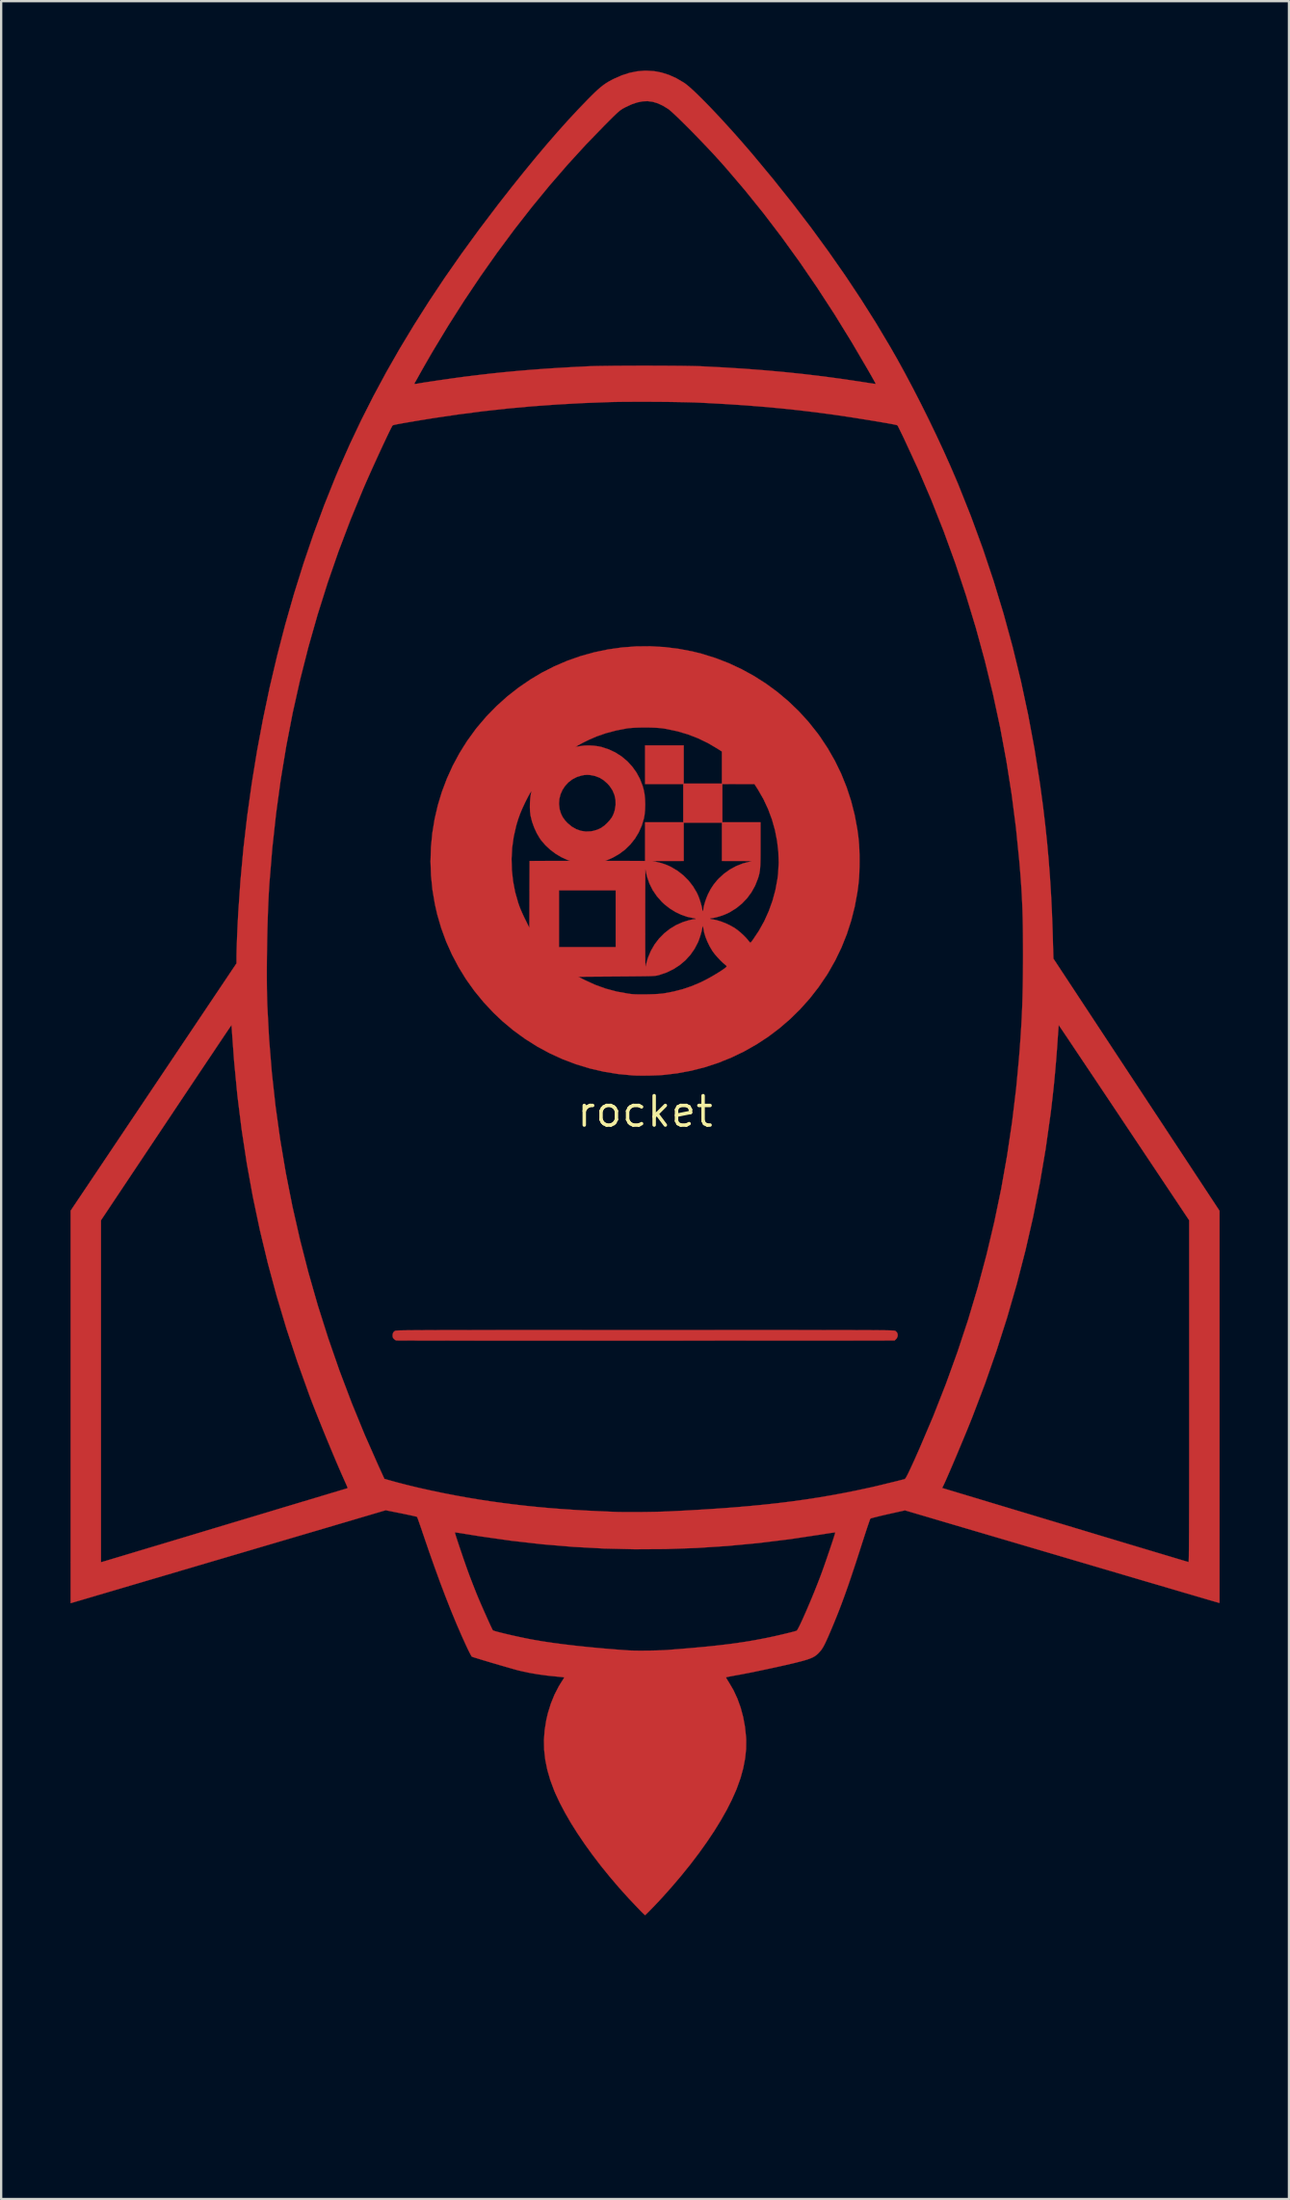
<source format=kicad_pcb>
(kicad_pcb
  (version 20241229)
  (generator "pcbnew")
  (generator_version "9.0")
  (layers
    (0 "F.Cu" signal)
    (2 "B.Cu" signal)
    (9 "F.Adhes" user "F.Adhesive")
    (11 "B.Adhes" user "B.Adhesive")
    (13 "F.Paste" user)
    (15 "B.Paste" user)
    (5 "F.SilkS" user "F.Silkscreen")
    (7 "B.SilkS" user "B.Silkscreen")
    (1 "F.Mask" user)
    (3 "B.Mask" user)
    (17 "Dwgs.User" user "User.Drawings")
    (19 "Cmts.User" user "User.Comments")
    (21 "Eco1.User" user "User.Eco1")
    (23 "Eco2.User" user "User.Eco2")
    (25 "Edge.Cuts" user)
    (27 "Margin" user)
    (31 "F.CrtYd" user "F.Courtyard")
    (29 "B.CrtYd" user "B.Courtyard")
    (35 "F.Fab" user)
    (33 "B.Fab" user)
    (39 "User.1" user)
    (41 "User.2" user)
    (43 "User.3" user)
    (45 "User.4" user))
  (footprint "rocket"
    (layer "F.Cu")
    (at 24.855 45.005)
    (property "Reference" "rocket" (at 0 0 0) (layer "F.SilkS") (effects (font (size 1.27 1.27) (thickness 0.15))))
    (attr through_hole)
    (fp_poly (pts (xy -0.001 9.44) (xy 0.805 9.44) (xy 1.57 9.44) (xy 2.294 9.44) (xy 2.98 9.44) (xy 3.627 9.441) (xy 4.238 9.441) (xy 4.813 9.441) (xy 5.353 9.441) (xy 5.859 9.441) (xy 6.333 9.441) (xy 6.775 9.442) (xy 7.188 9.442) (xy 7.571 9.442) (xy 7.925 9.443) (xy 8.253 9.443) (xy 8.555 9.444) (xy 8.832 9.444) (xy 9.085 9.445) (xy 9.315 9.446) (xy 9.524 9.446) (xy 9.712 9.447) (xy 9.881 9.448) (xy 10.031 9.449) (xy 10.164 9.451) (xy 10.281 9.452) (xy 10.383 9.453) (xy 10.471 9.455) (xy 10.546 9.456) (xy 10.61 9.458) (xy 10.662 9.46) (xy 10.705 9.462) (xy 10.739 9.464) (xy 10.766 9.466) (xy 10.787 9.469) (xy 10.802 9.471) (xy 10.814 9.474) (xy 10.822 9.477) (xy 10.828 9.48) (xy 10.831 9.482) (xy 10.896 9.543) (xy 10.928 9.622) (xy 10.926 9.709) (xy 10.891 9.792) (xy 10.855 9.835) (xy 10.792 9.895) (xy 0.025 9.899) (xy -0.648 9.899) (xy -1.311 9.899) (xy -1.962 9.9) (xy -2.6 9.9) (xy -3.223 9.9) (xy -3.831 9.9) (xy -4.422 9.9) (xy -4.995 9.899) (xy -5.549 9.899) (xy -6.082 9.899) (xy -6.593 9.899) (xy -7.081 9.899) (xy -7.544 9.898) (xy -7.982 9.898) (xy -8.393 9.898) (xy -8.776 9.897) (xy -9.129 9.897) (xy -9.451 9.896) (xy -9.741 9.896) (xy -9.999 9.895) (xy -10.221 9.895) (xy -10.408 9.894) (xy -10.558 9.893) (xy -10.67 9.893) (xy -10.741 9.892) (xy -10.773 9.891) (xy -10.774 9.891) (xy -10.81 9.87) (xy -10.857 9.832) (xy -10.864 9.825) (xy -10.903 9.78) (xy -10.919 9.727) (xy -10.921 9.674) (xy -10.913 9.593) (xy -10.884 9.534) (xy -10.825 9.482) (xy -10.817 9.476) (xy -10.811 9.474) (xy -10.802 9.471) (xy -10.787 9.469) (xy -10.767 9.466) (xy -10.74 9.464) (xy -10.704 9.462) (xy -10.66 9.46) (xy -10.604 9.458) (xy -10.538 9.457) (xy -10.459 9.455) (xy -10.367 9.454) (xy -10.259 9.452) (xy -10.137 9.451) (xy -9.997 9.45) (xy -9.839 9.449) (xy -9.663 9.448) (xy -9.466 9.447) (xy -9.248 9.446) (xy -9.008 9.445) (xy -8.745 9.444) (xy -8.458 9.444) (xy -8.144 9.443) (xy -7.805 9.443) (xy -7.438 9.442) (xy -7.042 9.442) (xy -6.616 9.442) (xy -6.159 9.441) (xy -5.671 9.441) (xy -5.149 9.441) (xy -4.593 9.441) (xy -4.002 9.441) (xy -3.375 9.441) (xy -2.71 9.44) (xy -2.007 9.44) (xy -1.265 9.44) (xy -0.481 9.44) (xy -0.001 9.44)) (stroke (width 0.01) (type solid)) (fill yes) (layer "F.Cu"))
    (fp_poly (pts (xy 0.833 -20.084) (xy 1.443 -20.009) (xy 2.048 -19.894) (xy 2.458 -19.792) (xy 3.046 -19.608) (xy 3.621 -19.386) (xy 4.178 -19.126) (xy 4.717 -18.83) (xy 5.236 -18.499) (xy 5.732 -18.134) (xy 6.204 -17.737) (xy 6.65 -17.309) (xy 7.067 -16.852) (xy 7.454 -16.366) (xy 7.562 -16.219) (xy 7.906 -15.7) (xy 8.214 -15.161) (xy 8.485 -14.603) (xy 8.717 -14.027) (xy 8.911 -13.435) (xy 9.066 -12.829) (xy 9.181 -12.21) (xy 9.184 -12.192) (xy 9.216 -11.963) (xy 9.24 -11.75) (xy 9.258 -11.543) (xy 9.269 -11.329) (xy 9.276 -11.096) (xy 9.277 -10.837) (xy 9.275 -10.575) (xy 9.269 -10.342) (xy 9.258 -10.128) (xy 9.24 -9.921) (xy 9.215 -9.708) (xy 9.184 -9.483) (xy 9.07 -8.865) (xy 8.917 -8.26) (xy 8.726 -7.67) (xy 8.496 -7.096) (xy 8.228 -6.54) (xy 7.924 -6.004) (xy 7.859 -5.9) (xy 7.507 -5.383) (xy 7.125 -4.893) (xy 6.713 -4.433) (xy 6.275 -4.002) (xy 5.811 -3.603) (xy 5.324 -3.236) (xy 4.814 -2.903) (xy 4.284 -2.603) (xy 3.736 -2.339) (xy 3.171 -2.111) (xy 2.59 -1.921) (xy 1.996 -1.769) (xy 1.391 -1.657) (xy 0.826 -1.589) (xy 0.649 -1.576) (xy 0.446 -1.567) (xy 0.228 -1.56) (xy 0.007 -1.557) (xy -0.206 -1.557) (xy -0.398 -1.56) (xy -0.54 -1.567) (xy -1.168 -1.626) (xy -1.785 -1.727) (xy -2.391 -1.867) (xy -2.983 -2.047) (xy -3.561 -2.265) (xy -4.122 -2.521) (xy -4.665 -2.814) (xy -5.188 -3.144) (xy -5.691 -3.509) (xy -6.171 -3.91) (xy -6.56 -4.278) (xy -6.987 -4.735) (xy -7.382 -5.216) (xy -7.742 -5.721) (xy -7.81 -5.831) (xy -2.889 -5.831) (xy -2.609 -5.688) (xy -2.164 -5.484) (xy -1.701 -5.317) (xy -1.224 -5.19) (xy -0.735 -5.102) (xy -0.572 -5.081) (xy -0.463 -5.073) (xy -0.322 -5.069) (xy -0.157 -5.067) (xy 0.021 -5.068) (xy 0.204 -5.072) (xy 0.383 -5.078) (xy 0.548 -5.087) (xy 0.689 -5.098) (xy 0.799 -5.11) (xy 0.804 -5.111) (xy 1.226 -5.19) (xy 1.623 -5.292) (xy 2.004 -5.421) (xy 2.383 -5.58) (xy 2.529 -5.65) (xy 2.654 -5.714) (xy 2.789 -5.787) (xy 2.929 -5.867) (xy 3.067 -5.949) (xy 3.197 -6.029) (xy 3.313 -6.104) (xy 3.41 -6.17) (xy 3.48 -6.224) (xy 3.515 -6.257) (xy 3.528 -6.281) (xy 3.519 -6.305) (xy 3.481 -6.339) (xy 3.46 -6.356) (xy 3.358 -6.443) (xy 3.244 -6.554) (xy 3.128 -6.678) (xy 3.02 -6.803) (xy 2.932 -6.919) (xy 2.908 -6.955) (xy 2.796 -7.144) (xy 2.698 -7.345) (xy 2.617 -7.547) (xy 2.558 -7.74) (xy 2.528 -7.894) (xy 2.515 -7.958) (xy 2.501 -8.001) (xy 2.487 -8.017) (xy 2.478 -8.001) (xy 2.477 -7.973) (xy 2.469 -7.908) (xy 2.449 -7.814) (xy 2.42 -7.702) (xy 2.383 -7.581) (xy 2.343 -7.462) (xy 2.303 -7.355) (xy 2.289 -7.323) (xy 2.141 -7.038) (xy 1.959 -6.778) (xy 1.746 -6.544) (xy 1.504 -6.339) (xy 1.235 -6.164) (xy 0.941 -6.02) (xy 0.624 -5.911) (xy 0.584 -5.9) (xy 0.551 -5.892) (xy 0.519 -5.884) (xy 0.483 -5.878) (xy 0.441 -5.873) (xy 0.391 -5.868) (xy 0.327 -5.864) (xy 0.249 -5.86) (xy 0.152 -5.857) (xy 0.034 -5.855) (xy -0.109 -5.853) (xy -0.279 -5.851) (xy -0.48 -5.849) (xy -0.714 -5.847) (xy -0.985 -5.845) (xy -1.238 -5.843) (xy -2.889 -5.831) (xy -7.81 -5.831) (xy -8.066 -6.246) (xy -8.354 -6.791) (xy -8.605 -7.353) (xy -8.817 -7.931) (xy -8.99 -8.523) (xy -9.091 -8.964) (xy -9.196 -9.582) (xy -9.259 -10.201) (xy -9.281 -10.818) (xy -9.277 -10.926) (xy -5.776 -10.926) (xy -5.763 -10.443) (xy -5.711 -9.963) (xy -5.62 -9.49) (xy -5.489 -9.028) (xy -5.429 -8.855) (xy -5.393 -8.765) (xy -5.343 -8.648) (xy -5.284 -8.516) (xy -5.221 -8.382) (xy -5.179 -8.297) (xy -5.006 -7.948) (xy -5 -9.393) (xy -5 -9.567) (xy -3.725 -9.567) (xy -3.725 -7.112) (xy -1.27 -7.112) (xy -1.27 -7.986) (xy 0.005 -7.986) (xy 0.005 -7.672) (xy 0.005 -7.397) (xy 0.005 -7.157) (xy 0.006 -6.952) (xy 0.007 -6.778) (xy 0.008 -6.634) (xy 0.009 -6.518) (xy 0.011 -6.427) (xy 0.014 -6.36) (xy 0.016 -6.314) (xy 0.019 -6.287) (xy 0.023 -6.277) (xy 0.027 -6.282) (xy 0.031 -6.3) (xy 0.033 -6.309) (xy 0.054 -6.406) (xy 0.085 -6.521) (xy 0.12 -6.633) (xy 0.128 -6.658) (xy 0.254 -6.955) (xy 0.414 -7.231) (xy 0.606 -7.482) (xy 0.827 -7.706) (xy 1.074 -7.901) (xy 1.343 -8.064) (xy 1.633 -8.192) (xy 1.875 -8.267) (xy 1.97 -8.289) (xy 2.056 -8.307) (xy 2.12 -8.317) (xy 2.142 -8.319) (xy 2.186 -8.323) (xy 2.193 -8.334) (xy 2.177 -8.344) (xy 2.809 -8.344) (xy 2.823 -8.33) (xy 2.879 -8.317) (xy 2.915 -8.312) (xy 3.087 -8.279) (xy 3.278 -8.222) (xy 3.477 -8.146) (xy 3.673 -8.054) (xy 3.853 -7.952) (xy 3.891 -7.928) (xy 4.004 -7.846) (xy 4.129 -7.743) (xy 4.252 -7.63) (xy 4.363 -7.519) (xy 4.451 -7.418) (xy 4.458 -7.408) (xy 4.502 -7.353) (xy 4.537 -7.315) (xy 4.555 -7.303) (xy 4.574 -7.318) (xy 4.611 -7.36) (xy 4.656 -7.418) (xy 4.658 -7.42) (xy 4.921 -7.812) (xy 5.153 -8.228) (xy 5.351 -8.666) (xy 5.514 -9.12) (xy 5.64 -9.586) (xy 5.727 -10.058) (xy 5.756 -10.296) (xy 5.781 -10.762) (xy 5.766 -11.233) (xy 5.711 -11.705) (xy 5.619 -12.172) (xy 5.489 -12.632) (xy 5.323 -13.079) (xy 5.121 -13.51) (xy 4.886 -13.92) (xy 4.857 -13.965) (xy 4.731 -14.16) (xy 4.038 -14.16) (xy 3.344 -14.161) (xy 3.344 -12.509) (xy 4.995 -12.509) (xy 4.995 -11.549) (xy 4.995 -11.297) (xy 4.994 -11.083) (xy 4.992 -10.902) (xy 4.988 -10.75) (xy 4.983 -10.622) (xy 4.975 -10.513) (xy 4.965 -10.419) (xy 4.951 -10.336) (xy 4.935 -10.258) (xy 4.915 -10.182) (xy 4.89 -10.102) (xy 4.878 -10.065) (xy 4.759 -9.766) (xy 4.604 -9.487) (xy 4.415 -9.23) (xy 4.195 -8.999) (xy 3.947 -8.797) (xy 3.674 -8.627) (xy 3.566 -8.572) (xy 3.423 -8.511) (xy 3.266 -8.455) (xy 3.109 -8.409) (xy 2.967 -8.377) (xy 2.908 -8.368) (xy 2.838 -8.357) (xy 2.809 -8.344) (xy 2.177 -8.344) (xy 2.168 -8.348) (xy 2.116 -8.363) (xy 2.075 -8.369) (xy 1.823 -8.422) (xy 1.567 -8.511) (xy 1.313 -8.632) (xy 1.071 -8.782) (xy 0.846 -8.957) (xy 0.728 -9.067) (xy 0.511 -9.313) (xy 0.331 -9.577) (xy 0.189 -9.86) (xy 0.083 -10.164) (xy 0.014 -10.477) (xy 0.013 -10.464) (xy 0.012 -10.411) (xy 0.011 -10.321) (xy 0.01 -10.197) (xy 0.009 -10.041) (xy 0.008 -9.857) (xy 0.007 -9.646) (xy 0.006 -9.412) (xy 0.006 -9.157) (xy 0.005 -8.884) (xy 0.005 -8.596) (xy 0.005 -8.34) (xy 0.005 -7.986) (xy -1.27 -7.986) (xy -1.27 -9.567) (xy -3.725 -9.567) (xy -5 -9.567) (xy -4.995 -10.834) (xy 0.307 -10.834) (xy 0.492 -10.795) (xy 0.696 -10.746) (xy 0.878 -10.686) (xy 1.055 -10.61) (xy 1.133 -10.572) (xy 1.405 -10.41) (xy 1.655 -10.215) (xy 1.879 -9.991) (xy 2.073 -9.742) (xy 2.234 -9.473) (xy 2.289 -9.356) (xy 2.329 -9.256) (xy 2.37 -9.141) (xy 2.408 -9.019) (xy 2.44 -8.902) (xy 2.464 -8.801) (xy 2.476 -8.725) (xy 2.477 -8.706) (xy 2.484 -8.672) (xy 2.498 -8.668) (xy 2.514 -8.697) (xy 2.519 -8.73) (xy 2.527 -8.802) (xy 2.549 -8.903) (xy 2.583 -9.022) (xy 2.624 -9.15) (xy 2.671 -9.276) (xy 2.719 -9.39) (xy 2.73 -9.413) (xy 2.842 -9.627) (xy 2.966 -9.815) (xy 3.111 -9.994) (xy 3.184 -10.073) (xy 3.414 -10.284) (xy 3.669 -10.466) (xy 3.945 -10.616) (xy 4.234 -10.73) (xy 4.531 -10.805) (xy 4.533 -10.805) (xy 4.573 -10.813) (xy 4.597 -10.819) (xy 4.602 -10.824) (xy 4.584 -10.828) (xy 4.541 -10.831) (xy 4.468 -10.832) (xy 4.364 -10.834) (xy 4.224 -10.835) (xy 4.046 -10.835) (xy 4.006 -10.835) (xy 3.323 -10.837) (xy 3.323 -12.488) (xy 1.672 -12.488) (xy 1.672 -10.837) (xy 0.307 -10.834) (xy -4.995 -10.834) (xy -4.995 -10.837) (xy -4.122 -10.838) (xy -3.249 -10.839) (xy -3.377 -10.889) (xy -3.627 -11.003) (xy -3.871 -11.15) (xy -4.102 -11.323) (xy -4.309 -11.515) (xy -4.486 -11.721) (xy -4.544 -11.8) (xy -4.679 -12.026) (xy -4.796 -12.277) (xy -4.889 -12.536) (xy -4.952 -12.79) (xy -4.955 -12.806) (xy -4.975 -12.97) (xy -4.983 -13.16) (xy -4.98 -13.31) (xy -3.724 -13.31) (xy -3.7 -13.096) (xy -3.693 -13.062) (xy -3.64 -12.888) (xy -3.566 -12.736) (xy -3.465 -12.593) (xy -3.357 -12.477) (xy -3.177 -12.325) (xy -2.984 -12.213) (xy -2.78 -12.14) (xy -2.567 -12.108) (xy -2.347 -12.117) (xy -2.224 -12.14) (xy -2.05 -12.193) (xy -1.899 -12.266) (xy -1.756 -12.368) (xy -1.64 -12.476) (xy -1.526 -12.6) (xy -1.441 -12.714) (xy -1.378 -12.832) (xy -1.33 -12.965) (xy -1.312 -13.03) (xy -1.274 -13.257) (xy -1.278 -13.477) (xy -1.323 -13.688) (xy -1.408 -13.889) (xy -1.532 -14.076) (xy -1.629 -14.184) (xy -1.793 -14.328) (xy -1.965 -14.434) (xy -2.154 -14.506) (xy -2.25 -14.529) (xy -2.388 -14.553) (xy -2.506 -14.56) (xy -2.624 -14.552) (xy -2.741 -14.531) (xy -2.951 -14.466) (xy -3.142 -14.368) (xy -3.311 -14.24) (xy -3.455 -14.087) (xy -3.571 -13.913) (xy -3.656 -13.723) (xy -3.708 -13.52) (xy -3.724 -13.31) (xy -4.98 -13.31) (xy -4.979 -13.362) (xy -4.965 -13.559) (xy -4.939 -13.739) (xy -4.919 -13.832) (xy -4.919 -13.849) (xy -4.935 -13.832) (xy -4.965 -13.786) (xy -5.006 -13.716) (xy -5.056 -13.626) (xy -5.111 -13.52) (xy -5.17 -13.403) (xy -5.198 -13.346) (xy -5.311 -13.104) (xy -5.404 -12.882) (xy -5.483 -12.663) (xy -5.554 -12.434) (xy -5.577 -12.35) (xy -5.683 -11.884) (xy -5.75 -11.408) (xy -5.776 -10.926) (xy -9.277 -10.926) (xy -9.262 -11.433) (xy -9.203 -12.043) (xy -9.104 -12.646) (xy -8.966 -13.241) (xy -8.789 -13.825) (xy -8.573 -14.396) (xy -8.32 -14.954) (xy -8.029 -15.495) (xy -7.864 -15.759) (xy -3.027 -15.759) (xy -3.016 -15.748) (xy -3.006 -15.759) (xy -3.016 -15.769) (xy -3.027 -15.759) (xy -7.864 -15.759) (xy -7.85 -15.781) (xy -2.98 -15.781) (xy -2.979 -15.778) (xy -2.956 -15.778) (xy -2.902 -15.785) (xy -2.826 -15.798) (xy -2.793 -15.804) (xy -2.615 -15.826) (xy -2.413 -15.83) (xy -2.203 -15.817) (xy -1.998 -15.788) (xy -1.878 -15.761) (xy -1.569 -15.66) (xy -1.28 -15.523) (xy -1.014 -15.352) (xy -0.773 -15.151) (xy -0.559 -14.92) (xy -0.375 -14.664) (xy -0.223 -14.384) (xy -0.106 -14.082) (xy -0.061 -13.923) (xy -0.024 -13.73) (xy -0.002 -13.511) (xy 0.006 -13.28) (xy -0.001 -13.05) (xy -0.022 -12.835) (xy -0.05 -12.676) (xy -0.144 -12.365) (xy -0.274 -12.072) (xy -0.439 -11.8) (xy -0.636 -11.552) (xy -0.862 -11.331) (xy -1.117 -11.14) (xy -1.396 -10.98) (xy -1.534 -10.918) (xy -1.725 -10.839) (xy -0.863 -10.838) (xy 0 -10.837) (xy 0 -12.509) (xy 1.651 -12.509) (xy 1.651 -14.161) (xy 0 -14.161) (xy 0 -15.833) (xy 1.672 -15.833) (xy 1.672 -14.182) (xy 3.323 -14.182) (xy 3.323 -14.875) (xy 3.323 -15.568) (xy 3.138 -15.687) (xy 2.724 -15.931) (xy 2.298 -16.137) (xy 1.856 -16.308) (xy 1.395 -16.444) (xy 0.91 -16.546) (xy 0.783 -16.567) (xy 0.645 -16.583) (xy 0.474 -16.595) (xy 0.281 -16.603) (xy 0.075 -16.607) (xy -0.135 -16.606) (xy -0.339 -16.601) (xy -0.527 -16.592) (xy -0.689 -16.579) (xy -0.783 -16.567) (xy -1.243 -16.479) (xy -1.683 -16.363) (xy -2.096 -16.22) (xy -2.434 -16.074) (xy -2.579 -16.003) (xy -2.708 -15.938) (xy -2.816 -15.881) (xy -2.901 -15.834) (xy -2.957 -15.8) (xy -2.98 -15.781) (xy -7.85 -15.781) (xy -7.701 -16.018) (xy -7.336 -16.522) (xy -7.267 -16.61) (xy -6.86 -17.087) (xy -6.423 -17.534) (xy -5.957 -17.952) (xy -5.462 -18.339) (xy -4.942 -18.693) (xy -4.472 -18.972) (xy -3.927 -19.25) (xy -3.365 -19.491) (xy -2.789 -19.693) (xy -2.202 -19.856) (xy -1.604 -19.981) (xy -1 -20.066) (xy -0.391 -20.112) (xy 0.221 -20.118) (xy 0.833 -20.084)) (stroke (width 0.01) (type solid)) (fill yes) (layer "F.Cu"))
    (fp_poly (pts (xy 0.385 -44.98) (xy 0.711 -44.919) (xy 1.033 -44.817) (xy 1.352 -44.674) (xy 1.669 -44.488) (xy 1.703 -44.466) (xy 1.804 -44.391) (xy 1.929 -44.286) (xy 2.077 -44.153) (xy 2.245 -43.994) (xy 2.431 -43.811) (xy 2.634 -43.607) (xy 2.85 -43.384) (xy 3.078 -43.144) (xy 3.316 -42.889) (xy 3.561 -42.621) (xy 3.812 -42.344) (xy 4.066 -42.058) (xy 4.32 -41.767) (xy 4.574 -41.473) (xy 4.68 -41.348) (xy 5.545 -40.307) (xy 6.376 -39.264) (xy 7.174 -38.221) (xy 7.936 -37.178) (xy 8.662 -36.139) (xy 9.35 -35.103) (xy 10 -34.074) (xy 10.61 -33.051) (xy 10.906 -32.533) (xy 11.245 -31.917) (xy 11.588 -31.271) (xy 11.93 -30.606) (xy 12.267 -29.928) (xy 12.595 -29.248) (xy 12.909 -28.573) (xy 13.206 -27.911) (xy 13.481 -27.272) (xy 13.543 -27.125) (xy 14.092 -25.749) (xy 14.603 -24.356) (xy 15.075 -22.947) (xy 15.508 -21.522) (xy 15.902 -20.081) (xy 16.256 -18.626) (xy 16.571 -17.156) (xy 16.847 -15.672) (xy 17.083 -14.175) (xy 17.218 -13.176) (xy 17.309 -12.408) (xy 17.389 -11.652) (xy 17.457 -10.9) (xy 17.515 -10.142) (xy 17.563 -9.371) (xy 17.602 -8.578) (xy 17.632 -7.754) (xy 17.639 -7.504) (xy 17.664 -6.615) (xy 20.943 -1.64) (xy 21.222 -1.217) (xy 21.497 -0.801) (xy 21.767 -0.391) (xy 22.03 0.008) (xy 22.287 0.397) (xy 22.535 0.773) (xy 22.773 1.135) (xy 23.002 1.482) (xy 23.219 1.811) (xy 23.423 2.121) (xy 23.614 2.411) (xy 23.79 2.678) (xy 23.951 2.922) (xy 24.095 3.14) (xy 24.221 3.332) (xy 24.329 3.495) (xy 24.416 3.628) (xy 24.483 3.729) (xy 24.528 3.797) (xy 24.536 3.81) (xy 24.85 4.286) (xy 24.85 21.235) (xy 24.791 21.224) (xy 24.768 21.217) (xy 24.711 21.201) (xy 24.618 21.174) (xy 24.491 21.137) (xy 24.329 21.09) (xy 24.132 21.032) (xy 23.899 20.964) (xy 23.63 20.885) (xy 23.325 20.796) (xy 22.984 20.695) (xy 22.606 20.584) (xy 22.192 20.462) (xy 21.74 20.33) (xy 21.251 20.186) (xy 20.725 20.031) (xy 20.16 19.864) (xy 19.558 19.687) (xy 18.917 19.498) (xy 18.238 19.298) (xy 17.52 19.086) (xy 16.762 18.863) (xy 15.966 18.628) (xy 15.13 18.382) (xy 14.254 18.124) (xy 13.338 17.854) (xy 12.382 17.572) (xy 12.231 17.527) (xy 11.243 17.236) (xy 10.508 17.4) (xy 10.337 17.439) (xy 10.179 17.476) (xy 10.038 17.511) (xy 9.919 17.541) (xy 9.828 17.565) (xy 9.769 17.583) (xy 9.747 17.593) (xy 9.735 17.618) (xy 9.712 17.68) (xy 9.679 17.774) (xy 9.637 17.896) (xy 9.588 18.042) (xy 9.533 18.209) (xy 9.474 18.391) (xy 9.411 18.586) (xy 9.408 18.595) (xy 9.269 19.029) (xy 9.14 19.426) (xy 9.019 19.791) (xy 8.907 20.127) (xy 8.801 20.438) (xy 8.699 20.728) (xy 8.601 21.001) (xy 8.505 21.261) (xy 8.41 21.512) (xy 8.313 21.758) (xy 8.214 22.002) (xy 8.112 22.25) (xy 8.008 22.496) (xy 7.924 22.689) (xy 7.853 22.848) (xy 7.792 22.978) (xy 7.738 23.085) (xy 7.688 23.172) (xy 7.64 23.246) (xy 7.59 23.311) (xy 7.541 23.367) (xy 7.474 23.437) (xy 7.404 23.498) (xy 7.328 23.551) (xy 7.239 23.599) (xy 7.133 23.644) (xy 7.005 23.689) (xy 6.85 23.735) (xy 6.662 23.784) (xy 6.477 23.831) (xy 6.286 23.876) (xy 6.065 23.927) (xy 5.82 23.982) (xy 5.561 24.039) (xy 5.293 24.096) (xy 5.025 24.153) (xy 4.765 24.207) (xy 4.519 24.257) (xy 4.297 24.3) (xy 4.105 24.337) (xy 4.036 24.349) (xy 3.893 24.375) (xy 3.763 24.399) (xy 3.653 24.42) (xy 3.569 24.437) (xy 3.517 24.449) (xy 3.501 24.453) (xy 3.508 24.474) (xy 3.534 24.523) (xy 3.576 24.592) (xy 3.628 24.675) (xy 3.629 24.676) (xy 3.826 25.012) (xy 3.995 25.377) (xy 4.135 25.766) (xy 4.244 26.174) (xy 4.322 26.597) (xy 4.367 27.031) (xy 4.374 27.157) (xy 4.37 27.552) (xy 4.327 27.962) (xy 4.246 28.383) (xy 4.127 28.815) (xy 3.969 29.255) (xy 3.937 29.335) (xy 3.752 29.751) (xy 3.532 30.185) (xy 3.277 30.635) (xy 2.991 31.098) (xy 2.674 31.572) (xy 2.329 32.055) (xy 1.956 32.545) (xy 1.558 33.038) (xy 1.136 33.533) (xy 0.752 33.962) (xy 0.653 34.069) (xy 0.548 34.181) (xy 0.442 34.293) (xy 0.338 34.401) (xy 0.241 34.501) (xy 0.155 34.588) (xy 0.084 34.659) (xy 0.032 34.709) (xy 0.004 34.733) (xy 0 34.734) (xy -0.019 34.72) (xy -0.062 34.68) (xy -0.124 34.62) (xy -0.2 34.543) (xy -0.267 34.475) (xy -0.702 34.017) (xy -1.123 33.55) (xy -1.525 33.079) (xy -1.909 32.606) (xy -2.27 32.134) (xy -2.609 31.665) (xy -2.921 31.203) (xy -3.207 30.751) (xy -3.462 30.31) (xy -3.686 29.885) (xy -3.877 29.477) (xy -3.935 29.34) (xy -4.102 28.89) (xy -4.23 28.449) (xy -4.317 28.017) (xy -4.365 27.589) (xy -4.374 27.163) (xy -4.343 26.736) (xy -4.274 26.305) (xy -4.204 26.007) (xy -4.076 25.591) (xy -3.918 25.202) (xy -3.732 24.843) (xy -3.621 24.662) (xy -3.569 24.582) (xy -3.529 24.517) (xy -3.504 24.472) (xy -3.498 24.456) (xy -3.52 24.452) (xy -3.577 24.445) (xy -3.659 24.436) (xy -3.757 24.427) (xy -3.758 24.427) (xy -4.22 24.38) (xy -4.645 24.322) (xy -5.039 24.254) (xy -5.406 24.173) (xy -5.493 24.152) (xy -5.575 24.13) (xy -5.686 24.099) (xy -5.82 24.061) (xy -5.973 24.017) (xy -6.14 23.969) (xy -6.315 23.918) (xy -6.495 23.865) (xy -6.674 23.813) (xy -6.847 23.761) (xy -7.009 23.713) (xy -7.156 23.668) (xy -7.282 23.629) (xy -7.384 23.598) (xy -7.455 23.575) (xy -7.491 23.562) (xy -7.493 23.561) (xy -7.511 23.537) (xy -7.543 23.481) (xy -7.587 23.398) (xy -7.639 23.295) (xy -7.696 23.177) (xy -7.711 23.144) (xy -7.935 22.653) (xy -8.161 22.132) (xy -8.39 21.578) (xy -8.622 20.989) (xy -8.859 20.365) (xy -9.1 19.703) (xy -9.348 19.003) (xy -9.567 18.362) (xy -9.626 18.189) (xy -8.227 18.189) (xy -8.223 18.211) (xy -8.207 18.269) (xy -8.18 18.358) (xy -8.143 18.472) (xy -8.099 18.608) (xy -8.048 18.762) (xy -7.992 18.928) (xy -7.933 19.101) (xy -7.873 19.278) (xy -7.812 19.454) (xy -7.753 19.623) (xy -7.696 19.783) (xy -7.644 19.927) (xy -7.598 20.052) (xy -7.591 20.073) (xy -7.526 20.241) (xy -7.454 20.427) (xy -7.38 20.616) (xy -7.308 20.796) (xy -7.245 20.952) (xy -7.236 20.973) (xy -7.186 21.092) (xy -7.128 21.228) (xy -7.063 21.376) (xy -6.995 21.531) (xy -6.925 21.688) (xy -6.856 21.842) (xy -6.791 21.988) (xy -6.73 22.121) (xy -6.677 22.236) (xy -6.633 22.328) (xy -6.602 22.391) (xy -6.585 22.421) (xy -6.584 22.422) (xy -6.554 22.436) (xy -6.488 22.458) (xy -6.389 22.486) (xy -6.264 22.518) (xy -6.117 22.555) (xy -5.953 22.594) (xy -5.776 22.635) (xy -5.592 22.676) (xy -5.406 22.716) (xy -5.221 22.755) (xy -5.044 22.791) (xy -4.88 22.822) (xy -4.858 22.826) (xy -4.433 22.899) (xy -3.967 22.968) (xy -3.464 23.034) (xy -2.926 23.097) (xy -2.354 23.156) (xy -1.751 23.211) (xy -1.12 23.262) (xy -0.73 23.29) (xy -0.615 23.295) (xy -0.466 23.299) (xy -0.291 23.301) (xy -0.098 23.301) (xy 0.104 23.3) (xy 0.308 23.297) (xy 0.504 23.292) (xy 0.685 23.286) (xy 0.843 23.279) (xy 0.942 23.273) (xy 1.453 23.233) (xy 1.925 23.194) (xy 2.363 23.155) (xy 2.77 23.116) (xy 3.15 23.075) (xy 3.506 23.033) (xy 3.844 22.99) (xy 4.165 22.943) (xy 4.476 22.895) (xy 4.778 22.842) (xy 5.076 22.786) (xy 5.298 22.742) (xy 5.438 22.712) (xy 5.591 22.679) (xy 5.75 22.643) (xy 5.91 22.606) (xy 6.065 22.569) (xy 6.209 22.534) (xy 6.336 22.502) (xy 6.44 22.475) (xy 6.516 22.453) (xy 6.557 22.439) (xy 6.559 22.438) (xy 6.582 22.411) (xy 6.619 22.347) (xy 6.669 22.252) (xy 6.729 22.128) (xy 6.798 21.98) (xy 6.874 21.81) (xy 6.957 21.623) (xy 7.044 21.422) (xy 7.134 21.211) (xy 7.225 20.993) (xy 7.316 20.772) (xy 7.404 20.552) (xy 7.489 20.336) (xy 7.569 20.129) (xy 7.59 20.073) (xy 7.635 19.952) (xy 7.686 19.811) (xy 7.742 19.654) (xy 7.801 19.485) (xy 7.861 19.311) (xy 7.922 19.133) (xy 7.982 18.959) (xy 8.038 18.791) (xy 8.09 18.635) (xy 8.136 18.496) (xy 8.174 18.377) (xy 8.203 18.283) (xy 8.221 18.22) (xy 8.227 18.191) (xy 8.227 18.189) (xy 8.205 18.19) (xy 8.146 18.198) (xy 8.056 18.21) (xy 7.941 18.228) (xy 7.806 18.249) (xy 7.656 18.273) (xy 7.639 18.276) (xy 6.268 18.482) (xy 4.909 18.649) (xy 3.56 18.776) (xy 2.219 18.863) (xy 0.884 18.91) (xy -0.448 18.918) (xy -1.778 18.886) (xy -3.109 18.814) (xy -4.444 18.702) (xy -5.783 18.55) (xy -7.131 18.359) (xy -7.649 18.275) (xy -7.799 18.251) (xy -7.934 18.229) (xy -8.05 18.211) (xy -8.141 18.198) (xy -8.202 18.19) (xy -8.226 18.189) (xy -8.227 18.189) (xy -9.626 18.189) (xy -9.627 18.184) (xy -9.684 18.017) (xy -9.736 17.868) (xy -9.781 17.74) (xy -9.818 17.636) (xy -9.845 17.563) (xy -9.861 17.523) (xy -9.864 17.518) (xy -9.888 17.509) (xy -9.949 17.494) (xy -10.042 17.472) (xy -10.16 17.446) (xy -10.3 17.417) (xy -10.456 17.384) (xy -10.551 17.365) (xy -11.221 17.231) (xy -11.976 17.454) (xy -12.104 17.492) (xy -12.268 17.54) (xy -12.464 17.598) (xy -12.69 17.665) (xy -12.94 17.739) (xy -13.21 17.818) (xy -13.498 17.903) (xy -13.798 17.992) (xy -14.107 18.083) (xy -14.42 18.175) (xy -14.735 18.268) (xy -14.912 18.32) (xy -15.252 18.42) (xy -15.612 18.526) (xy -15.987 18.637) (xy -16.369 18.749) (xy -16.754 18.863) (xy -17.134 18.975) (xy -17.504 19.084) (xy -17.858 19.188) (xy -18.189 19.286) (xy -18.492 19.375) (xy -18.754 19.452) (xy -19.03 19.534) (xy -19.34 19.625) (xy -19.677 19.725) (xy -20.036 19.83) (xy -20.41 19.941) (xy -20.792 20.053) (xy -21.176 20.167) (xy -21.555 20.278) (xy -21.924 20.387) (xy -22.275 20.49) (xy -22.5 20.557) (xy -22.791 20.643) (xy -23.072 20.725) (xy -23.34 20.805) (xy -23.594 20.879) (xy -23.829 20.949) (xy -24.043 21.012) (xy -24.233 21.068) (xy -24.396 21.116) (xy -24.53 21.155) (xy -24.63 21.184) (xy -24.695 21.204) (xy -24.717 21.21) (xy -24.85 21.248) (xy -24.85 4.696) (xy -23.537 4.696) (xy -23.537 19.478) (xy -23.479 19.463) (xy -23.454 19.456) (xy -23.39 19.437) (xy -23.289 19.407) (xy -23.152 19.366) (xy -22.982 19.315) (xy -22.78 19.255) (xy -22.548 19.185) (xy -22.286 19.107) (xy -21.999 19.02) (xy -21.685 18.926) (xy -21.349 18.825) (xy -20.99 18.718) (xy -20.612 18.604) (xy -20.215 18.485) (xy -19.802 18.361) (xy -19.373 18.232) (xy -18.932 18.099) (xy -18.479 17.963) (xy -18.146 17.863) (xy -17.686 17.725) (xy -17.237 17.59) (xy -16.801 17.459) (xy -16.378 17.332) (xy -15.971 17.209) (xy -15.581 17.092) (xy -15.21 16.981) (xy -14.861 16.876) (xy -14.533 16.778) (xy -14.23 16.687) (xy -13.952 16.603) (xy -13.702 16.528) (xy -13.481 16.462) (xy -13.291 16.405) (xy -13.134 16.358) (xy -13.011 16.321) (xy -12.923 16.295) (xy -12.873 16.28) (xy -12.862 16.277) (xy -12.867 16.259) (xy -12.888 16.208) (xy -12.921 16.131) (xy -12.964 16.032) (xy -13.015 15.919) (xy -13.018 15.912) (xy -13.12 15.684) (xy -13.234 15.423) (xy -13.358 15.134) (xy -13.489 14.824) (xy -13.625 14.499) (xy -13.764 14.165) (xy -13.902 13.828) (xy -14.037 13.494) (xy -14.167 13.17) (xy -14.29 12.861) (xy -14.402 12.575) (xy -14.501 12.316) (xy -14.531 12.234) (xy -15.041 10.814) (xy -15.51 9.393) (xy -15.936 7.97) (xy -16.321 6.543) (xy -16.665 5.111) (xy -16.968 3.673) (xy -17.23 2.227) (xy -17.452 0.771) (xy -17.635 -0.695) (xy -17.777 -2.173) (xy -17.854 -3.227) (xy -17.864 -3.368) (xy -17.872 -3.495) (xy -17.88 -3.602) (xy -17.887 -3.681) (xy -17.891 -3.729) (xy -17.893 -3.74) (xy -17.905 -3.723) (xy -17.94 -3.672) (xy -17.996 -3.59) (xy -18.073 -3.476) (xy -18.169 -3.334) (xy -18.283 -3.164) (xy -18.415 -2.968) (xy -18.563 -2.747) (xy -18.726 -2.503) (xy -18.904 -2.238) (xy -19.095 -1.953) (xy -19.299 -1.649) (xy -19.513 -1.328) (xy -19.738 -0.992) (xy -19.972 -0.642) (xy -20.215 -0.279) (xy -20.464 0.095) (xy -20.718 0.475) (xy -23.537 4.696) (xy -24.85 4.696) (xy -24.85 4.283) (xy -17.844 -6.157) (xy -16.363 -6.157) (xy -16.363 -5.749) (xy -16.36 -5.363) (xy -16.354 -5.006) (xy -16.345 -4.684) (xy -16.343 -4.614) (xy -16.266 -3.158) (xy -16.148 -1.703) (xy -15.988 -0.25) (xy -15.786 1.2) (xy -15.542 2.647) (xy -15.257 4.088) (xy -14.931 5.524) (xy -14.564 6.954) (xy -14.157 8.377) (xy -13.708 9.792) (xy -13.22 11.198) (xy -12.691 12.594) (xy -12.123 13.98) (xy -11.536 15.308) (xy -11.277 15.873) (xy -11.158 15.908) (xy -10.736 16.026) (xy -10.278 16.144) (xy -9.792 16.261) (xy -9.284 16.374) (xy -8.761 16.484) (xy -8.231 16.587) (xy -7.7 16.683) (xy -7.175 16.771) (xy -6.678 16.846) (xy -6.171 16.916) (xy -5.674 16.98) (xy -5.179 17.037) (xy -4.683 17.088) (xy -4.178 17.134) (xy -3.659 17.175) (xy -3.121 17.212) (xy -2.558 17.245) (xy -1.964 17.274) (xy -1.344 17.3) (xy -1.186 17.305) (xy -0.993 17.308) (xy -0.774 17.31) (xy -0.534 17.31) (xy -0.282 17.309) (xy -0.026 17.307) (xy 0.227 17.303) (xy 0.47 17.299) (xy 0.695 17.293) (xy 0.894 17.286) (xy 0.984 17.283) (xy 1.764 17.244) (xy 2.506 17.201) (xy 3.212 17.155) (xy 3.886 17.105) (xy 4.532 17.049) (xy 5.153 16.989) (xy 5.753 16.923) (xy 6.335 16.851) (xy 6.903 16.772) (xy 7.46 16.687) (xy 8.01 16.594) (xy 8.555 16.494) (xy 9.1 16.386) (xy 9.648 16.269) (xy 12.851 16.269) (xy 18.168 17.869) (xy 18.63 18.008) (xy 19.081 18.144) (xy 19.52 18.276) (xy 19.945 18.404) (xy 20.355 18.527) (xy 20.747 18.645) (xy 21.12 18.757) (xy 21.473 18.863) (xy 21.804 18.962) (xy 22.11 19.054) (xy 22.391 19.138) (xy 22.644 19.214) (xy 22.869 19.281) (xy 23.062 19.339) (xy 23.224 19.387) (xy 23.351 19.425) (xy 23.442 19.452) (xy 23.496 19.467) (xy 23.511 19.471) (xy 23.513 19.464) (xy 23.516 19.442) (xy 23.518 19.402) (xy 23.52 19.346) (xy 23.522 19.27) (xy 23.524 19.174) (xy 23.525 19.058) (xy 23.527 18.919) (xy 23.528 18.757) (xy 23.529 18.57) (xy 23.53 18.358) (xy 23.532 18.119) (xy 23.532 17.853) (xy 23.533 17.557) (xy 23.534 17.232) (xy 23.535 16.875) (xy 23.535 16.486) (xy 23.536 16.064) (xy 23.536 15.608) (xy 23.537 15.115) (xy 23.537 14.586) (xy 23.537 14.019) (xy 23.537 13.413) (xy 23.537 12.767) (xy 23.537 12.084) (xy 23.537 4.696) (xy 20.718 0.475) (xy 20.463 0.092) (xy 20.213 -0.282) (xy 19.971 -0.644) (xy 19.737 -0.994) (xy 19.512 -1.331) (xy 19.297 -1.651) (xy 19.094 -1.955) (xy 18.903 -2.24) (xy 18.725 -2.506) (xy 18.562 -2.749) (xy 18.414 -2.97) (xy 18.283 -3.166) (xy 18.168 -3.336) (xy 18.073 -3.478) (xy 17.996 -3.591) (xy 17.94 -3.674) (xy 17.906 -3.724) (xy 17.894 -3.741) (xy 17.891 -3.719) (xy 17.886 -3.662) (xy 17.879 -3.576) (xy 17.872 -3.47) (xy 17.865 -3.376) (xy 17.824 -2.774) (xy 17.78 -2.206) (xy 17.733 -1.661) (xy 17.682 -1.13) (xy 17.625 -0.605) (xy 17.563 -0.074) (xy 17.536 0.138) (xy 17.328 1.614) (xy 17.078 3.084) (xy 16.787 4.548) (xy 16.453 6.006) (xy 16.078 7.457) (xy 15.661 8.902) (xy 15.202 10.339) (xy 14.702 11.77) (xy 14.16 13.194) (xy 14.155 13.208) (xy 14.081 13.391) (xy 13.999 13.594) (xy 13.91 13.813) (xy 13.815 14.043) (xy 13.716 14.281) (xy 13.615 14.522) (xy 13.514 14.762) (xy 13.415 14.997) (xy 13.319 15.223) (xy 13.228 15.436) (xy 13.143 15.631) (xy 13.067 15.805) (xy 13.002 15.954) (xy 12.948 16.072) (xy 12.908 16.156) (xy 12.9 16.173) (xy 12.851 16.269) (xy 9.648 16.269) (xy 9.649 16.269) (xy 9.758 16.245) (xy 9.852 16.224) (xy 9.974 16.195) (xy 10.118 16.161) (xy 10.276 16.123) (xy 10.442 16.082) (xy 10.61 16.041) (xy 10.771 16.002) (xy 10.92 15.965) (xy 11.049 15.932) (xy 11.153 15.905) (xy 11.223 15.887) (xy 11.232 15.884) (xy 11.251 15.869) (xy 11.278 15.83) (xy 11.315 15.767) (xy 11.363 15.676) (xy 11.421 15.556) (xy 11.492 15.406) (xy 11.576 15.224) (xy 11.674 15.008) (xy 11.786 14.755) (xy 11.882 14.539) (xy 12.468 13.162) (xy 13.011 11.781) (xy 13.513 10.393) (xy 13.974 9) (xy 14.393 7.599) (xy 14.771 6.189) (xy 15.108 4.771) (xy 15.405 3.342) (xy 15.661 1.902) (xy 15.877 0.451) (xy 16.054 -1.013) (xy 16.171 -2.254) (xy 16.21 -2.74) (xy 16.243 -3.201) (xy 16.271 -3.645) (xy 16.295 -4.08) (xy 16.314 -4.513) (xy 16.328 -4.952) (xy 16.339 -5.404) (xy 16.346 -5.878) (xy 16.35 -6.38) (xy 16.351 -6.805) (xy 16.35 -7.243) (xy 16.348 -7.645) (xy 16.343 -8.017) (xy 16.336 -8.368) (xy 16.326 -8.702) (xy 16.313 -9.026) (xy 16.298 -9.348) (xy 16.279 -9.673) (xy 16.256 -10.008) (xy 16.229 -10.36) (xy 16.198 -10.735) (xy 16.191 -10.816) (xy 16.045 -12.268) (xy 15.858 -13.719) (xy 15.629 -15.169) (xy 15.36 -16.614) (xy 15.05 -18.052) (xy 14.701 -19.483) (xy 14.312 -20.905) (xy 13.885 -22.314) (xy 13.42 -23.71) (xy 12.918 -25.09) (xy 12.378 -26.453) (xy 11.802 -27.797) (xy 11.194 -29.111) (xy 11.127 -29.25) (xy 11.065 -29.377) (xy 11.011 -29.487) (xy 10.967 -29.575) (xy 10.936 -29.634) (xy 10.921 -29.662) (xy 10.921 -29.663) (xy 10.907 -29.671) (xy 10.877 -29.681) (xy 10.828 -29.693) (xy 10.758 -29.708) (xy 10.663 -29.726) (xy 10.541 -29.749) (xy 10.389 -29.775) (xy 10.204 -29.807) (xy 9.984 -29.844) (xy 9.725 -29.887) (xy 9.663 -29.897) (xy 8.887 -30.021) (xy 8.127 -30.133) (xy 7.377 -30.233) (xy 6.629 -30.322) (xy 5.877 -30.401) (xy 5.114 -30.471) (xy 4.332 -30.533) (xy 3.526 -30.586) (xy 2.687 -30.632) (xy 2.318 -30.65) (xy 2.127 -30.658) (xy 1.899 -30.664) (xy 1.641 -30.67) (xy 1.358 -30.675) (xy 1.056 -30.68) (xy 0.74 -30.683) (xy 0.418 -30.685) (xy 0.094 -30.687) (xy -0.226 -30.687) (xy -0.536 -30.686) (xy -0.83 -30.685) (xy -1.101 -30.682) (xy -1.346 -30.678) (xy -1.556 -30.673) (xy -2.694 -30.63) (xy -3.801 -30.569) (xy -4.886 -30.491) (xy -5.955 -30.394) (xy -7.017 -30.277) (xy -8.081 -30.139) (xy -9.153 -29.981) (xy -9.8 -29.876) (xy -10.053 -29.833) (xy -10.267 -29.797) (xy -10.445 -29.766) (xy -10.589 -29.74) (xy -10.704 -29.719) (xy -10.791 -29.701) (xy -10.854 -29.687) (xy -10.895 -29.675) (xy -10.917 -29.666) (xy -10.922 -29.663) (xy -10.941 -29.633) (xy -10.976 -29.568) (xy -11.025 -29.472) (xy -11.086 -29.348) (xy -11.157 -29.2) (xy -11.237 -29.03) (xy -11.325 -28.844) (xy -11.418 -28.644) (xy -11.515 -28.434) (xy -11.615 -28.217) (xy -11.715 -27.998) (xy -11.814 -27.78) (xy -11.91 -27.565) (xy -12.002 -27.359) (xy -12.088 -27.164) (xy -12.166 -26.984) (xy -12.192 -26.924) (xy -12.747 -25.576) (xy -13.262 -24.217) (xy -13.737 -22.847) (xy -14.172 -21.466) (xy -14.568 -20.072) (xy -14.925 -18.666) (xy -15.243 -17.245) (xy -15.521 -15.809) (xy -15.761 -14.358) (xy -15.962 -12.891) (xy -16.125 -11.407) (xy -16.249 -9.905) (xy -16.256 -9.811) (xy -16.276 -9.48) (xy -16.294 -9.117) (xy -16.311 -8.726) (xy -16.325 -8.314) (xy -16.338 -7.887) (xy -16.348 -7.452) (xy -16.355 -7.015) (xy -16.36 -6.581) (xy -16.363 -6.157) (xy -17.844 -6.157) (xy -17.674 -6.41) (xy -17.674 -6.661) (xy -17.673 -6.79) (xy -17.669 -6.955) (xy -17.663 -7.15) (xy -17.656 -7.369) (xy -17.647 -7.606) (xy -17.636 -7.854) (xy -17.624 -8.107) (xy -17.611 -8.36) (xy -17.6 -8.572) (xy -17.503 -9.979) (xy -17.373 -11.387) (xy -17.209 -12.794) (xy -17.013 -14.196) (xy -16.785 -15.593) (xy -16.525 -16.98) (xy -16.235 -18.356) (xy -15.914 -19.717) (xy -15.564 -21.062) (xy -15.185 -22.387) (xy -14.777 -23.689) (xy -14.342 -24.967) (xy -13.879 -26.218) (xy -13.39 -27.438) (xy -13.218 -27.845) (xy -12.76 -28.877) (xy -12.272 -29.904) (xy -11.753 -30.928) (xy -11.463 -31.467) (xy -9.979 -31.467) (xy -9.966 -31.457) (xy -9.929 -31.458) (xy -9.862 -31.467) (xy -9.759 -31.485) (xy -9.758 -31.486) (xy -9.656 -31.503) (xy -9.519 -31.525) (xy -9.353 -31.55) (xy -9.166 -31.578) (xy -8.962 -31.609) (xy -8.75 -31.639) (xy -8.536 -31.67) (xy -8.326 -31.7) (xy -8.127 -31.727) (xy -7.946 -31.752) (xy -7.811 -31.77) (xy -7.23 -31.841) (xy -6.661 -31.907) (xy -6.095 -31.966) (xy -5.527 -32.019) (xy -4.949 -32.068) (xy -4.356 -32.112) (xy -3.739 -32.152) (xy -3.093 -32.189) (xy -2.466 -32.22) (xy -2.323 -32.226) (xy -2.143 -32.231) (xy -1.929 -32.235) (xy -1.686 -32.238) (xy -1.418 -32.242) (xy -1.131 -32.244) (xy -0.827 -32.246) (xy -0.512 -32.247) (xy -0.19 -32.248) (xy 0.135 -32.248) (xy 0.457 -32.247) (xy 0.773 -32.246) (xy 1.079 -32.244) (xy 1.369 -32.242) (xy 1.64 -32.239) (xy 1.887 -32.235) (xy 2.105 -32.231) (xy 2.291 -32.226) (xy 2.439 -32.221) (xy 2.445 -32.22) (xy 3.387 -32.172) (xy 4.294 -32.115) (xy 5.172 -32.048) (xy 6.029 -31.971) (xy 6.871 -31.883) (xy 7.704 -31.784) (xy 8.534 -31.672) (xy 9.369 -31.548) (xy 9.575 -31.515) (xy 9.7 -31.496) (xy 9.809 -31.48) (xy 9.896 -31.467) (xy 9.956 -31.46) (xy 9.98 -31.458) (xy 9.98 -31.458) (xy 9.972 -31.477) (xy 9.944 -31.529) (xy 9.901 -31.608) (xy 9.844 -31.71) (xy 9.776 -31.832) (xy 9.698 -31.967) (xy 9.659 -32.036) (xy 8.935 -33.269) (xy 8.199 -34.463) (xy 7.449 -35.616) (xy 6.686 -36.73) (xy 5.91 -37.804) (xy 5.121 -38.839) (xy 4.318 -39.834) (xy 3.501 -40.791) (xy 3.241 -41.084) (xy 3.09 -41.251) (xy 2.927 -41.428) (xy 2.754 -41.612) (xy 2.574 -41.802) (xy 2.39 -41.994) (xy 2.206 -42.184) (xy 2.023 -42.371) (xy 1.846 -42.55) (xy 1.676 -42.718) (xy 1.518 -42.874) (xy 1.374 -43.013) (xy 1.246 -43.133) (xy 1.139 -43.231) (xy 1.055 -43.304) (xy 1.001 -43.345) (xy 0.772 -43.485) (xy 0.551 -43.588) (xy 0.333 -43.654) (xy 0.115 -43.682) (xy -0.107 -43.674) (xy -0.337 -43.628) (xy -0.579 -43.546) (xy -0.837 -43.427) (xy -0.921 -43.382) (xy -0.969 -43.356) (xy -1.013 -43.328) (xy -1.058 -43.297) (xy -1.107 -43.26) (xy -1.163 -43.212) (xy -1.229 -43.152) (xy -1.309 -43.076) (xy -1.407 -42.981) (xy -1.526 -42.863) (xy -1.669 -42.72) (xy -1.757 -42.631) (xy -2.557 -41.806) (xy -3.349 -40.94) (xy -4.131 -40.038) (xy -4.901 -39.101) (xy -5.658 -38.132) (xy -6.4 -37.132) (xy -7.124 -36.106) (xy -7.829 -35.054) (xy -8.514 -33.979) (xy -9.176 -32.884) (xy -9.307 -32.66) (xy -9.392 -32.513) (xy -9.483 -32.355) (xy -9.573 -32.197) (xy -9.656 -32.051) (xy -9.725 -31.928) (xy -9.736 -31.909) (xy -9.797 -31.799) (xy -9.854 -31.696) (xy -9.903 -31.61) (xy -9.938 -31.548) (xy -9.953 -31.522) (xy -9.973 -31.488) (xy -9.979 -31.467) (xy -11.463 -31.467) (xy -11.203 -31.95) (xy -10.62 -32.971) (xy -10.002 -33.994) (xy -9.35 -35.021) (xy -8.662 -36.053) (xy -7.936 -37.092) (xy -7.172 -38.14) (xy -6.369 -39.198) (xy -6.31 -39.275) (xy -5.778 -39.954) (xy -5.263 -40.596) (xy -4.766 -41.202) (xy -4.285 -41.774) (xy -3.818 -42.312) (xy -3.366 -42.818) (xy -2.926 -43.292) (xy -2.499 -43.735) (xy -2.48 -43.755) (xy -2.309 -43.927) (xy -2.161 -44.072) (xy -2.029 -44.193) (xy -1.91 -44.295) (xy -1.798 -44.383) (xy -1.687 -44.459) (xy -1.572 -44.53) (xy -1.447 -44.598) (xy -1.344 -44.65) (xy -1.009 -44.797) (xy -0.679 -44.904) (xy -0.352 -44.971) (xy -0.025 -44.999) (xy 0.053 -45) (xy 0.385 -44.98)) (stroke (width 0.01) (type solid)) (fill yes) (layer "F.Cu"))
    (fp_poly (pts (xy -0.001 9.44) (xy 0.805 9.44) (xy 1.57 9.44) (xy 2.294 9.44) (xy 2.98 9.44) (xy 3.627 9.441) (xy 4.238 9.441) (xy 4.813 9.441) (xy 5.353 9.441) (xy 5.859 9.441) (xy 6.333 9.441) (xy 6.775 9.442) (xy 7.188 9.442) (xy 7.571 9.442) (xy 7.925 9.443) (xy 8.253 9.443) (xy 8.555 9.444) (xy 8.832 9.444) (xy 9.085 9.445) (xy 9.315 9.446) (xy 9.524 9.446) (xy 9.712 9.447) (xy 9.881 9.448) (xy 10.031 9.449) (xy 10.164 9.451) (xy 10.281 9.452) (xy 10.383 9.453) (xy 10.471 9.455) (xy 10.546 9.456) (xy 10.61 9.458) (xy 10.662 9.46) (xy 10.705 9.462) (xy 10.739 9.464) (xy 10.766 9.466) (xy 10.787 9.469) (xy 10.802 9.471) (xy 10.814 9.474) (xy 10.822 9.477) (xy 10.828 9.48) (xy 10.831 9.482) (xy 10.896 9.543) (xy 10.928 9.622) (xy 10.926 9.709) (xy 10.891 9.792) (xy 10.855 9.835) (xy 10.792 9.895) (xy 0.025 9.899) (xy -0.648 9.899) (xy -1.311 9.899) (xy -1.962 9.9) (xy -2.6 9.9) (xy -3.223 9.9) (xy -3.831 9.9) (xy -4.422 9.9) (xy -4.995 9.899) (xy -5.549 9.899) (xy -6.082 9.899) (xy -6.593 9.899) (xy -7.081 9.899) (xy -7.544 9.898) (xy -7.982 9.898) (xy -8.393 9.898) (xy -8.776 9.897) (xy -9.129 9.897) (xy -9.451 9.896) (xy -9.741 9.896) (xy -9.999 9.895) (xy -10.221 9.895) (xy -10.408 9.894) (xy -10.558 9.893) (xy -10.67 9.893) (xy -10.741 9.892) (xy -10.773 9.891) (xy -10.774 9.891) (xy -10.81 9.87) (xy -10.857 9.832) (xy -10.864 9.825) (xy -10.903 9.78) (xy -10.919 9.727) (xy -10.921 9.674) (xy -10.913 9.593) (xy -10.884 9.534) (xy -10.825 9.482) (xy -10.817 9.476) (xy -10.811 9.474) (xy -10.802 9.471) (xy -10.787 9.469) (xy -10.767 9.466) (xy -10.74 9.464) (xy -10.704 9.462) (xy -10.66 9.46) (xy -10.604 9.458) (xy -10.538 9.457) (xy -10.459 9.455) (xy -10.367 9.454) (xy -10.259 9.452) (xy -10.137 9.451) (xy -9.997 9.45) (xy -9.839 9.449) (xy -9.663 9.448) (xy -9.466 9.447) (xy -9.248 9.446) (xy -9.008 9.445) (xy -8.745 9.444) (xy -8.458 9.444) (xy -8.144 9.443) (xy -7.805 9.443) (xy -7.438 9.442) (xy -7.042 9.442) (xy -6.616 9.442) (xy -6.159 9.441) (xy -5.671 9.441) (xy -5.149 9.441) (xy -4.593 9.441) (xy -4.002 9.441) (xy -3.375 9.441) (xy -2.71 9.44) (xy -2.007 9.44) (xy -1.265 9.44) (xy -0.481 9.44) (xy -0.001 9.44)) (stroke (width 0.01) (type solid)) (fill yes) (layer "F.Mask"))
    (fp_poly (pts (xy 0.318 -20.02) (xy 0.557 -20.012) (xy 0.77 -19.999) (xy 0.859 -19.992) (xy 1.469 -19.913) (xy 2.068 -19.795) (xy 2.653 -19.638) (xy 3.224 -19.444) (xy 3.778 -19.213) (xy 4.314 -18.948) (xy 4.83 -18.649) (xy 5.325 -18.317) (xy 5.798 -17.954) (xy 6.246 -17.562) (xy 6.669 -17.14) (xy 7.064 -16.691) (xy 7.431 -16.216) (xy 7.767 -15.716) (xy 8.07 -15.192) (xy 8.341 -14.645) (xy 8.576 -14.077) (xy 8.671 -13.811) (xy 8.851 -13.219) (xy 8.99 -12.623) (xy 9.088 -12.025) (xy 9.146 -11.426) (xy 9.164 -10.829) (xy 9.144 -10.235) (xy 9.086 -9.645) (xy 8.991 -9.062) (xy 8.858 -8.488) (xy 8.69 -7.924) (xy 8.486 -7.372) (xy 8.247 -6.834) (xy 7.974 -6.311) (xy 7.668 -5.806) (xy 7.328 -5.32) (xy 6.956 -4.855) (xy 6.553 -4.413) (xy 6.118 -3.995) (xy 5.653 -3.604) (xy 5.159 -3.241) (xy 4.79 -3.001) (xy 4.25 -2.692) (xy 3.697 -2.423) (xy 3.129 -2.193) (xy 2.546 -2.004) (xy 1.947 -1.853) (xy 1.332 -1.741) (xy 0.847 -1.682) (xy 0.72 -1.672) (xy 0.561 -1.665) (xy 0.376 -1.659) (xy 0.177 -1.656) (xy -0.029 -1.655) (xy -0.232 -1.655) (xy -0.424 -1.658) (xy -0.596 -1.663) (xy -0.738 -1.671) (xy -0.783 -1.674) (xy -1.398 -1.749) (xy -2.003 -1.864) (xy -2.595 -2.018) (xy -3.173 -2.211) (xy -3.737 -2.443) (xy -4.283 -2.711) (xy -4.811 -3.016) (xy -5.319 -3.356) (xy -5.805 -3.73) (xy -6.268 -4.138) (xy -6.706 -4.579) (xy -7.117 -5.052) (xy -7.166 -5.112) (xy -7.522 -5.59) (xy -7.847 -6.094) (xy -8.141 -6.622) (xy -8.4 -7.169) (xy -8.623 -7.73) (xy -8.808 -8.303) (xy -8.953 -8.881) (xy -8.974 -8.98) (xy -9.028 -9.262) (xy -9.071 -9.521) (xy -9.103 -9.768) (xy -9.127 -10.014) (xy -9.142 -10.271) (xy -9.15 -10.547) (xy -9.153 -10.848) (xy -9.151 -11.107) (xy -9.146 -11.333) (xy -9.136 -11.539) (xy -9.121 -11.733) (xy -9.101 -11.926) (xy -9.073 -12.128) (xy -9.038 -12.351) (xy -9.026 -12.425) (xy -8.903 -13.021) (xy -8.74 -13.606) (xy -8.538 -14.178) (xy -8.299 -14.734) (xy -8.024 -15.274) (xy -7.714 -15.794) (xy -7.37 -16.294) (xy -6.993 -16.771) (xy -6.585 -17.222) (xy -6.148 -17.647) (xy -5.682 -18.044) (xy -5.188 -18.409) (xy -5.069 -18.49) (xy -4.535 -18.822) (xy -3.986 -19.114) (xy -3.423 -19.366) (xy -2.848 -19.578) (xy -2.259 -19.75) (xy -1.658 -19.881) (xy -1.044 -19.972) (xy -0.869 -19.991) (xy -0.67 -20.005) (xy -0.441 -20.016) (xy -0.192 -20.022) (xy 0.064 -20.023) (xy 0.318 -20.02)) (stroke (width 0.01) (type solid)) (fill yes) (layer "F.Mask"))
    (fp_poly (pts (xy 0.385 -44.98) (xy 0.711 -44.919) (xy 1.033 -44.817) (xy 1.352 -44.674) (xy 1.669 -44.488) (xy 1.703 -44.466) (xy 1.804 -44.391) (xy 1.929 -44.286) (xy 2.077 -44.153) (xy 2.245 -43.994) (xy 2.431 -43.811) (xy 2.634 -43.607) (xy 2.85 -43.384) (xy 3.078 -43.144) (xy 3.316 -42.889) (xy 3.561 -42.621) (xy 3.812 -42.344) (xy 4.066 -42.058) (xy 4.32 -41.767) (xy 4.574 -41.473) (xy 4.68 -41.348) (xy 5.545 -40.307) (xy 6.376 -39.264) (xy 7.174 -38.221) (xy 7.936 -37.178) (xy 8.662 -36.139) (xy 9.35 -35.103) (xy 10 -34.074) (xy 10.61 -33.051) (xy 10.906 -32.533) (xy 11.245 -31.917) (xy 11.588 -31.271) (xy 11.93 -30.606) (xy 12.267 -29.928) (xy 12.595 -29.248) (xy 12.909 -28.573) (xy 13.206 -27.911) (xy 13.481 -27.272) (xy 13.543 -27.125) (xy 14.092 -25.749) (xy 14.603 -24.356) (xy 15.075 -22.947) (xy 15.508 -21.522) (xy 15.902 -20.081) (xy 16.256 -18.626) (xy 16.571 -17.156) (xy 16.847 -15.672) (xy 17.083 -14.175) (xy 17.218 -13.176) (xy 17.309 -12.408) (xy 17.389 -11.652) (xy 17.457 -10.9) (xy 17.515 -10.142) (xy 17.563 -9.371) (xy 17.602 -8.578) (xy 17.632 -7.754) (xy 17.639 -7.504) (xy 17.664 -6.615) (xy 20.943 -1.64) (xy 21.222 -1.217) (xy 21.497 -0.801) (xy 21.767 -0.391) (xy 22.03 0.008) (xy 22.287 0.397) (xy 22.535 0.773) (xy 22.773 1.135) (xy 23.002 1.482) (xy 23.219 1.811) (xy 23.423 2.121) (xy 23.614 2.411) (xy 23.79 2.678) (xy 23.951 2.922) (xy 24.095 3.14) (xy 24.221 3.332) (xy 24.329 3.495) (xy 24.416 3.628) (xy 24.483 3.729) (xy 24.528 3.797) (xy 24.536 3.81) (xy 24.85 4.286) (xy 24.85 12.761) (xy 24.85 21.235) (xy 24.791 21.224) (xy 24.768 21.217) (xy 24.711 21.201) (xy 24.618 21.174) (xy 24.491 21.137) (xy 24.329 21.09) (xy 24.132 21.032) (xy 23.899 20.964) (xy 23.63 20.885) (xy 23.325 20.796) (xy 22.984 20.695) (xy 22.606 20.584) (xy 22.192 20.462) (xy 21.74 20.33) (xy 21.251 20.186) (xy 20.725 20.031) (xy 20.16 19.864) (xy 19.558 19.687) (xy 18.917 19.498) (xy 18.238 19.298) (xy 17.52 19.086) (xy 16.762 18.863) (xy 15.966 18.628) (xy 15.13 18.382) (xy 14.254 18.124) (xy 13.338 17.854) (xy 12.382 17.572) (xy 12.231 17.527) (xy 11.243 17.236) (xy 10.508 17.4) (xy 10.337 17.439) (xy 10.179 17.476) (xy 10.038 17.511) (xy 9.919 17.541) (xy 9.828 17.565) (xy 9.769 17.583) (xy 9.747 17.593) (xy 9.735 17.618) (xy 9.712 17.68) (xy 9.679 17.774) (xy 9.637 17.896) (xy 9.588 18.042) (xy 9.533 18.209) (xy 9.474 18.391) (xy 9.411 18.586) (xy 9.408 18.595) (xy 9.269 19.029) (xy 9.14 19.426) (xy 9.019 19.791) (xy 8.907 20.127) (xy 8.801 20.438) (xy 8.699 20.728) (xy 8.601 21.001) (xy 8.505 21.261) (xy 8.41 21.512) (xy 8.313 21.758) (xy 8.214 22.002) (xy 8.112 22.25) (xy 8.008 22.496) (xy 7.924 22.689) (xy 7.853 22.848) (xy 7.792 22.978) (xy 7.738 23.085) (xy 7.688 23.172) (xy 7.64 23.246) (xy 7.59 23.311) (xy 7.541 23.367) (xy 7.474 23.437) (xy 7.404 23.498) (xy 7.328 23.551) (xy 7.239 23.599) (xy 7.133 23.644) (xy 7.005 23.689) (xy 6.85 23.735) (xy 6.662 23.784) (xy 6.477 23.831) (xy 6.289 23.875) (xy 6.072 23.925) (xy 5.832 23.979) (xy 5.579 24.035) (xy 5.318 24.091) (xy 5.057 24.146) (xy 4.804 24.199) (xy 4.565 24.247) (xy 4.348 24.29) (xy 4.161 24.325) (xy 4.064 24.343) (xy 3.923 24.368) (xy 3.795 24.391) (xy 3.686 24.41) (xy 3.602 24.426) (xy 3.55 24.436) (xy 3.536 24.44) (xy 3.54 24.453) (xy 3.575 24.482) (xy 3.637 24.522) (xy 3.684 24.549) (xy 3.996 24.735) (xy 4.283 24.931) (xy 4.556 25.144) (xy 4.826 25.383) (xy 5.007 25.558) (xy 5.253 25.815) (xy 5.468 26.065) (xy 5.659 26.317) (xy 5.834 26.582) (xy 5.999 26.87) (xy 6.116 27.095) (xy 6.285 27.462) (xy 6.424 27.825) (xy 6.539 28.202) (xy 6.562 28.286) (xy 6.634 28.585) (xy 6.69 28.864) (xy 6.732 29.136) (xy 6.76 29.412) (xy 6.777 29.704) (xy 6.783 30.023) (xy 6.783 30.088) (xy 6.781 30.312) (xy 6.775 30.509) (xy 6.763 30.69) (xy 6.744 30.866) (xy 6.717 31.047) (xy 6.68 31.245) (xy 6.633 31.471) (xy 6.623 31.517) (xy 6.511 31.979) (xy 6.371 32.473) (xy 6.203 32.997) (xy 6.008 33.551) (xy 5.786 34.135) (xy 5.537 34.749) (xy 5.261 35.391) (xy 4.959 36.062) (xy 4.631 36.76) (xy 4.276 37.486) (xy 3.896 38.239) (xy 3.49 39.018) (xy 3.058 39.823) (xy 2.947 40.026) (xy 2.794 40.304) (xy 2.627 40.605) (xy 2.447 40.923) (xy 2.26 41.253) (xy 2.068 41.589) (xy 1.874 41.925) (xy 1.682 42.256) (xy 1.496 42.575) (xy 1.317 42.877) (xy 1.151 43.157) (xy 1 43.407) (xy 0.932 43.517) (xy 0.77 43.781) (xy 0.401 43.892) (xy 0.28 43.928) (xy 0.171 43.959) (xy 0.081 43.983) (xy 0.018 43.998) (xy -0.011 44.003) (xy -0.044 43.996) (xy -0.11 43.979) (xy -0.202 43.953) (xy -0.312 43.921) (xy -0.411 43.891) (xy -0.77 43.781) (xy -0.906 43.56) (xy -1.058 43.309) (xy -1.228 43.027) (xy -1.41 42.72) (xy -1.602 42.393) (xy -1.8 42.053) (xy -2.001 41.706) (xy -2.201 41.357) (xy -2.397 41.012) (xy -2.585 40.678) (xy -2.762 40.361) (xy -2.883 40.143) (xy -3.322 39.333) (xy -3.736 38.548) (xy -4.125 37.789) (xy -4.488 37.057) (xy -4.825 36.351) (xy -5.137 35.672) (xy -5.422 35.02) (xy -5.681 34.396) (xy -5.913 33.801) (xy -6.119 33.235) (xy -6.298 32.697) (xy -6.45 32.19) (xy -6.575 31.712) (xy -6.672 31.266) (xy -6.742 30.85) (xy -6.776 30.557) (xy -6.785 30.424) (xy -6.789 30.259) (xy -6.79 30.075) (xy -6.787 29.881) (xy -6.78 29.688) (xy -6.77 29.508) (xy -6.758 29.351) (xy -6.753 29.305) (xy -6.671 28.768) (xy -6.554 28.255) (xy -6.401 27.763) (xy -6.213 27.294) (xy -5.988 26.846) (xy -5.727 26.419) (xy -5.51 26.114) (xy -5.421 26.005) (xy -5.307 25.875) (xy -5.176 25.734) (xy -5.035 25.588) (xy -4.892 25.445) (xy -4.753 25.312) (xy -4.627 25.197) (xy -4.53 25.116) (xy -4.377 25.001) (xy -4.201 24.876) (xy -4.014 24.751) (xy -3.83 24.635) (xy -3.698 24.557) (xy -3.512 24.452) (xy -3.613 24.44) (xy -3.688 24.432) (xy -3.783 24.423) (xy -3.873 24.415) (xy -4.221 24.38) (xy -4.58 24.332) (xy -4.937 24.272) (xy -5.275 24.203) (xy -5.493 24.152) (xy -5.575 24.13) (xy -5.686 24.099) (xy -5.82 24.061) (xy -5.973 24.017) (xy -6.14 23.969) (xy -6.315 23.918) (xy -6.495 23.865) (xy -6.674 23.813) (xy -6.847 23.761) (xy -7.009 23.713) (xy -7.156 23.668) (xy -7.282 23.629) (xy -7.384 23.598) (xy -7.455 23.575) (xy -7.491 23.562) (xy -7.493 23.561) (xy -7.511 23.537) (xy -7.543 23.481) (xy -7.587 23.398) (xy -7.639 23.295) (xy -7.696 23.177) (xy -7.711 23.144) (xy -7.935 22.653) (xy -8.161 22.132) (xy -8.39 21.578) (xy -8.622 20.989) (xy -8.859 20.365) (xy -9.1 19.703) (xy -9.348 19.003) (xy -9.567 18.362) (xy -9.626 18.189) (xy -8.227 18.189) (xy -8.223 18.211) (xy -8.207 18.269) (xy -8.18 18.358) (xy -8.143 18.472) (xy -8.099 18.608) (xy -8.048 18.762) (xy -7.992 18.928) (xy -7.933 19.101) (xy -7.873 19.278) (xy -7.812 19.454) (xy -7.753 19.623) (xy -7.696 19.783) (xy -7.644 19.927) (xy -7.598 20.052) (xy -7.591 20.073) (xy -7.526 20.241) (xy -7.454 20.427) (xy -7.38 20.616) (xy -7.308 20.796) (xy -7.245 20.952) (xy -7.236 20.973) (xy -7.186 21.092) (xy -7.128 21.228) (xy -7.063 21.376) (xy -6.995 21.531) (xy -6.925 21.688) (xy -6.856 21.842) (xy -6.791 21.988) (xy -6.73 22.121) (xy -6.677 22.236) (xy -6.633 22.328) (xy -6.602 22.391) (xy -6.585 22.421) (xy -6.584 22.422) (xy -6.554 22.436) (xy -6.488 22.458) (xy -6.389 22.486) (xy -6.264 22.518) (xy -6.117 22.555) (xy -5.953 22.594) (xy -5.776 22.635) (xy -5.592 22.676) (xy -5.406 22.716) (xy -5.221 22.755) (xy -5.044 22.791) (xy -4.88 22.822) (xy -4.858 22.826) (xy -4.433 22.899) (xy -3.967 22.968) (xy -3.464 23.034) (xy -2.926 23.097) (xy -2.354 23.156) (xy -1.751 23.211) (xy -1.12 23.262) (xy -0.73 23.29) (xy -0.615 23.295) (xy -0.466 23.299) (xy -0.291 23.301) (xy -0.098 23.301) (xy 0.104 23.3) (xy 0.308 23.297) (xy 0.504 23.292) (xy 0.685 23.286) (xy 0.843 23.279) (xy 0.942 23.273) (xy 1.453 23.233) (xy 1.925 23.194) (xy 2.363 23.155) (xy 2.77 23.116) (xy 3.15 23.075) (xy 3.506 23.033) (xy 3.844 22.99) (xy 4.165 22.943) (xy 4.476 22.895) (xy 4.778 22.842) (xy 5.076 22.786) (xy 5.298 22.742) (xy 5.438 22.712) (xy 5.591 22.679) (xy 5.75 22.643) (xy 5.91 22.606) (xy 6.065 22.569) (xy 6.209 22.534) (xy 6.336 22.502) (xy 6.44 22.475) (xy 6.516 22.453) (xy 6.557 22.439) (xy 6.559 22.438) (xy 6.582 22.411) (xy 6.619 22.347) (xy 6.669 22.252) (xy 6.729 22.128) (xy 6.798 21.98) (xy 6.874 21.81) (xy 6.957 21.623) (xy 7.044 21.422) (xy 7.134 21.211) (xy 7.225 20.993) (xy 7.316 20.772) (xy 7.404 20.552) (xy 7.489 20.336) (xy 7.569 20.129) (xy 7.59 20.073) (xy 7.635 19.952) (xy 7.686 19.811) (xy 7.742 19.654) (xy 7.801 19.485) (xy 7.861 19.311) (xy 7.922 19.133) (xy 7.982 18.959) (xy 8.038 18.791) (xy 8.09 18.635) (xy 8.136 18.496) (xy 8.174 18.377) (xy 8.203 18.283) (xy 8.221 18.22) (xy 8.227 18.191) (xy 8.227 18.189) (xy 8.205 18.19) (xy 8.146 18.198) (xy 8.056 18.21) (xy 7.941 18.228) (xy 7.806 18.249) (xy 7.656 18.273) (xy 7.639 18.276) (xy 6.268 18.482) (xy 4.909 18.649) (xy 3.56 18.776) (xy 2.219 18.863) (xy 0.884 18.91) (xy -0.448 18.918) (xy -1.778 18.886) (xy -3.109 18.814) (xy -4.444 18.702) (xy -5.783 18.55) (xy -7.131 18.359) (xy -7.649 18.275) (xy -7.799 18.251) (xy -7.934 18.229) (xy -8.05 18.211) (xy -8.141 18.198) (xy -8.202 18.19) (xy -8.226 18.189) (xy -8.227 18.189) (xy -9.626 18.189) (xy -9.627 18.184) (xy -9.684 18.017) (xy -9.736 17.868) (xy -9.781 17.74) (xy -9.818 17.636) (xy -9.845 17.563) (xy -9.861 17.523) (xy -9.864 17.518) (xy -9.888 17.509) (xy -9.949 17.494) (xy -10.042 17.472) (xy -10.16 17.446) (xy -10.3 17.417) (xy -10.456 17.384) (xy -10.551 17.365) (xy -11.221 17.231) (xy -11.976 17.454) (xy -12.104 17.492) (xy -12.268 17.54) (xy -12.464 17.598) (xy -12.69 17.665) (xy -12.94 17.739) (xy -13.21 17.818) (xy -13.498 17.903) (xy -13.798 17.992) (xy -14.107 18.083) (xy -14.42 18.175) (xy -14.735 18.268) (xy -14.912 18.32) (xy -15.252 18.42) (xy -15.612 18.526) (xy -15.987 18.637) (xy -16.369 18.749) (xy -16.754 18.863) (xy -17.134 18.975) (xy -17.504 19.084) (xy -17.858 19.188) (xy -18.189 19.286) (xy -18.492 19.375) (xy -18.754 19.452) (xy -19.03 19.534) (xy -19.34 19.625) (xy -19.677 19.725) (xy -20.036 19.83) (xy -20.41 19.941) (xy -20.792 20.053) (xy -21.176 20.167) (xy -21.555 20.278) (xy -21.924 20.387) (xy -22.275 20.49) (xy -22.5 20.557) (xy -22.791 20.643) (xy -23.072 20.725) (xy -23.34 20.805) (xy -23.594 20.879) (xy -23.829 20.949) (xy -24.043 21.012) (xy -24.233 21.068) (xy -24.396 21.116) (xy -24.53 21.155) (xy -24.63 21.184) (xy -24.695 21.204) (xy -24.717 21.21) (xy -24.85 21.248) (xy -24.85 4.696) (xy -23.537 4.696) (xy -23.537 19.478) (xy -23.479 19.463) (xy -23.454 19.456) (xy -23.39 19.437) (xy -23.289 19.407) (xy -23.152 19.366) (xy -22.982 19.315) (xy -22.78 19.255) (xy -22.548 19.185) (xy -22.286 19.107) (xy -21.999 19.02) (xy -21.685 18.926) (xy -21.349 18.825) (xy -20.99 18.718) (xy -20.612 18.604) (xy -20.215 18.485) (xy -19.802 18.361) (xy -19.373 18.232) (xy -18.932 18.099) (xy -18.479 17.963) (xy -18.146 17.863) (xy -17.686 17.725) (xy -17.237 17.59) (xy -16.801 17.459) (xy -16.378 17.332) (xy -15.971 17.209) (xy -15.581 17.092) (xy -15.21 16.981) (xy -14.861 16.876) (xy -14.533 16.778) (xy -14.23 16.687) (xy -13.952 16.603) (xy -13.702 16.528) (xy -13.481 16.462) (xy -13.291 16.405) (xy -13.134 16.358) (xy -13.011 16.321) (xy -12.923 16.295) (xy -12.873 16.28) (xy -12.862 16.277) (xy -12.867 16.259) (xy -12.888 16.208) (xy -12.921 16.131) (xy -12.964 16.032) (xy -13.015 15.919) (xy -13.018 15.912) (xy -13.12 15.684) (xy -13.234 15.423) (xy -13.358 15.134) (xy -13.489 14.824) (xy -13.625 14.499) (xy -13.764 14.165) (xy -13.902 13.828) (xy -14.037 13.494) (xy -14.167 13.17) (xy -14.29 12.861) (xy -14.402 12.575) (xy -14.501 12.316) (xy -14.531 12.234) (xy -15.041 10.814) (xy -15.51 9.393) (xy -15.936 7.97) (xy -16.321 6.543) (xy -16.665 5.111) (xy -16.968 3.673) (xy -17.23 2.227) (xy -17.452 0.771) (xy -17.635 -0.695) (xy -17.777 -2.173) (xy -17.854 -3.227) (xy -17.864 -3.368) (xy -17.872 -3.495) (xy -17.88 -3.602) (xy -17.887 -3.681) (xy -17.891 -3.729) (xy -17.893 -3.74) (xy -17.905 -3.723) (xy -17.94 -3.672) (xy -17.996 -3.59) (xy -18.073 -3.476) (xy -18.169 -3.334) (xy -18.283 -3.164) (xy -18.415 -2.968) (xy -18.563 -2.747) (xy -18.726 -2.503) (xy -18.904 -2.238) (xy -19.095 -1.953) (xy -19.299 -1.649) (xy -19.513 -1.328) (xy -19.738 -0.992) (xy -19.972 -0.642) (xy -20.215 -0.279) (xy -20.464 0.095) (xy -20.718 0.475) (xy -23.537 4.696) (xy -24.85 4.696) (xy -24.85 4.283) (xy -17.844 -6.157) (xy -16.363 -6.157) (xy -16.363 -5.749) (xy -16.36 -5.363) (xy -16.354 -5.006) (xy -16.345 -4.684) (xy -16.343 -4.614) (xy -16.266 -3.158) (xy -16.148 -1.703) (xy -15.988 -0.25) (xy -15.786 1.2) (xy -15.542 2.647) (xy -15.257 4.088) (xy -14.931 5.524) (xy -14.564 6.954) (xy -14.157 8.377) (xy -13.708 9.792) (xy -13.22 11.198) (xy -12.691 12.594) (xy -12.123 13.98) (xy -11.536 15.308) (xy -11.277 15.873) (xy -11.158 15.908) (xy -10.736 16.026) (xy -10.278 16.144) (xy -9.792 16.261) (xy -9.284 16.374) (xy -8.761 16.484) (xy -8.231 16.587) (xy -7.7 16.683) (xy -7.175 16.771) (xy -6.678 16.846) (xy -6.171 16.916) (xy -5.674 16.98) (xy -5.179 17.037) (xy -4.683 17.088) (xy -4.178 17.134) (xy -3.659 17.175) (xy -3.121 17.212) (xy -2.558 17.245) (xy -1.964 17.274) (xy -1.344 17.3) (xy -1.186 17.305) (xy -0.993 17.308) (xy -0.774 17.31) (xy -0.534 17.31) (xy -0.282 17.309) (xy -0.026 17.307) (xy 0.227 17.303) (xy 0.47 17.299) (xy 0.695 17.293) (xy 0.894 17.286) (xy 0.984 17.283) (xy 1.764 17.244) (xy 2.506 17.201) (xy 3.212 17.155) (xy 3.886 17.105) (xy 4.532 17.049) (xy 5.153 16.989) (xy 5.753 16.923) (xy 6.335 16.851) (xy 6.903 16.772) (xy 7.46 16.687) (xy 8.01 16.594) (xy 8.555 16.494) (xy 9.1 16.386) (xy 9.648 16.269) (xy 12.851 16.269) (xy 18.168 17.869) (xy 18.63 18.008) (xy 19.081 18.144) (xy 19.52 18.276) (xy 19.945 18.404) (xy 20.355 18.527) (xy 20.747 18.645) (xy 21.12 18.757) (xy 21.473 18.863) (xy 21.804 18.962) (xy 22.11 19.054) (xy 22.391 19.138) (xy 22.644 19.214) (xy 22.869 19.281) (xy 23.062 19.339) (xy 23.224 19.387) (xy 23.351 19.425) (xy 23.442 19.452) (xy 23.496 19.467) (xy 23.511 19.471) (xy 23.513 19.464) (xy 23.516 19.442) (xy 23.518 19.402) (xy 23.52 19.346) (xy 23.522 19.27) (xy 23.524 19.174) (xy 23.525 19.058) (xy 23.527 18.919) (xy 23.528 18.757) (xy 23.529 18.57) (xy 23.53 18.358) (xy 23.532 18.119) (xy 23.532 17.853) (xy 23.533 17.557) (xy 23.534 17.232) (xy 23.535 16.875) (xy 23.535 16.486) (xy 23.536 16.064) (xy 23.536 15.608) (xy 23.537 15.115) (xy 23.537 14.586) (xy 23.537 14.019) (xy 23.537 13.413) (xy 23.537 12.767) (xy 23.537 12.084) (xy 23.537 4.696) (xy 20.718 0.475) (xy 20.463 0.092) (xy 20.213 -0.282) (xy 19.971 -0.644) (xy 19.737 -0.994) (xy 19.512 -1.331) (xy 19.297 -1.651) (xy 19.094 -1.955) (xy 18.903 -2.24) (xy 18.725 -2.506) (xy 18.562 -2.749) (xy 18.414 -2.97) (xy 18.283 -3.166) (xy 18.168 -3.336) (xy 18.073 -3.478) (xy 17.996 -3.591) (xy 17.94 -3.674) (xy 17.906 -3.724) (xy 17.894 -3.741) (xy 17.891 -3.719) (xy 17.886 -3.662) (xy 17.879 -3.576) (xy 17.872 -3.47) (xy 17.865 -3.376) (xy 17.824 -2.774) (xy 17.78 -2.206) (xy 17.733 -1.661) (xy 17.682 -1.13) (xy 17.625 -0.605) (xy 17.563 -0.074) (xy 17.536 0.138) (xy 17.328 1.614) (xy 17.078 3.084) (xy 16.787 4.548) (xy 16.453 6.006) (xy 16.078 7.457) (xy 15.661 8.902) (xy 15.202 10.339) (xy 14.702 11.77) (xy 14.16 13.194) (xy 14.155 13.208) (xy 14.081 13.391) (xy 13.999 13.594) (xy 13.91 13.813) (xy 13.815 14.043) (xy 13.716 14.281) (xy 13.615 14.522) (xy 13.514 14.762) (xy 13.415 14.997) (xy 13.319 15.223) (xy 13.228 15.436) (xy 13.143 15.631) (xy 13.067 15.805) (xy 13.002 15.954) (xy 12.948 16.072) (xy 12.908 16.156) (xy 12.9 16.173) (xy 12.851 16.269) (xy 9.648 16.269) (xy 9.649 16.269) (xy 9.758 16.245) (xy 9.852 16.224) (xy 9.974 16.195) (xy 10.118 16.161) (xy 10.276 16.123) (xy 10.442 16.082) (xy 10.61 16.041) (xy 10.771 16.002) (xy 10.92 15.965) (xy 11.049 15.932) (xy 11.153 15.905) (xy 11.223 15.887) (xy 11.232 15.884) (xy 11.251 15.869) (xy 11.278 15.83) (xy 11.315 15.767) (xy 11.363 15.676) (xy 11.421 15.556) (xy 11.492 15.406) (xy 11.576 15.224) (xy 11.674 15.008) (xy 11.786 14.755) (xy 11.882 14.539) (xy 12.468 13.162) (xy 13.011 11.781) (xy 13.513 10.393) (xy 13.974 9) (xy 14.393 7.599) (xy 14.771 6.189) (xy 15.108 4.771) (xy 15.405 3.342) (xy 15.661 1.902) (xy 15.877 0.451) (xy 16.054 -1.013) (xy 16.171 -2.254) (xy 16.21 -2.74) (xy 16.243 -3.201) (xy 16.271 -3.645) (xy 16.295 -4.08) (xy 16.314 -4.513) (xy 16.328 -4.952) (xy 16.339 -5.404) (xy 16.346 -5.878) (xy 16.35 -6.38) (xy 16.351 -6.805) (xy 16.35 -7.243) (xy 16.348 -7.645) (xy 16.343 -8.017) (xy 16.336 -8.368) (xy 16.326 -8.702) (xy 16.313 -9.026) (xy 16.298 -9.348) (xy 16.279 -9.673) (xy 16.256 -10.008) (xy 16.229 -10.36) (xy 16.198 -10.735) (xy 16.191 -10.816) (xy 16.045 -12.268) (xy 15.858 -13.719) (xy 15.629 -15.169) (xy 15.36 -16.614) (xy 15.05 -18.052) (xy 14.701 -19.483) (xy 14.312 -20.905) (xy 13.885 -22.314) (xy 13.42 -23.71) (xy 12.918 -25.09) (xy 12.378 -26.453) (xy 11.802 -27.797) (xy 11.194 -29.111) (xy 11.127 -29.25) (xy 11.065 -29.377) (xy 11.011 -29.487) (xy 10.967 -29.575) (xy 10.936 -29.634) (xy 10.921 -29.662) (xy 10.921 -29.663) (xy 10.907 -29.671) (xy 10.877 -29.681) (xy 10.828 -29.693) (xy 10.758 -29.708) (xy 10.663 -29.726) (xy 10.541 -29.749) (xy 10.389 -29.775) (xy 10.204 -29.807) (xy 9.984 -29.844) (xy 9.725 -29.887) (xy 9.663 -29.897) (xy 8.887 -30.021) (xy 8.127 -30.133) (xy 7.377 -30.233) (xy 6.629 -30.322) (xy 5.877 -30.401) (xy 5.114 -30.471) (xy 4.332 -30.533) (xy 3.526 -30.586) (xy 2.687 -30.632) (xy 2.318 -30.65) (xy 2.127 -30.658) (xy 1.899 -30.664) (xy 1.641 -30.67) (xy 1.358 -30.675) (xy 1.056 -30.68) (xy 0.74 -30.683) (xy 0.418 -30.685) (xy 0.094 -30.687) (xy -0.226 -30.687) (xy -0.536 -30.686) (xy -0.83 -30.685) (xy -1.101 -30.682) (xy -1.346 -30.678) (xy -1.556 -30.673) (xy -2.694 -30.63) (xy -3.801 -30.569) (xy -4.886 -30.491) (xy -5.955 -30.394) (xy -7.017 -30.277) (xy -8.081 -30.139) (xy -9.153 -29.981) (xy -9.8 -29.876) (xy -10.053 -29.833) (xy -10.267 -29.797) (xy -10.445 -29.766) (xy -10.589 -29.74) (xy -10.704 -29.719) (xy -10.791 -29.701) (xy -10.854 -29.687) (xy -10.895 -29.675) (xy -10.917 -29.666) (xy -10.922 -29.663) (xy -10.941 -29.633) (xy -10.976 -29.568) (xy -11.025 -29.472) (xy -11.086 -29.348) (xy -11.157 -29.2) (xy -11.237 -29.03) (xy -11.325 -28.844) (xy -11.418 -28.644) (xy -11.515 -28.434) (xy -11.615 -28.217) (xy -11.715 -27.998) (xy -11.814 -27.78) (xy -11.91 -27.565) (xy -12.002 -27.359) (xy -12.088 -27.164) (xy -12.166 -26.984) (xy -12.192 -26.924) (xy -12.747 -25.576) (xy -13.262 -24.217) (xy -13.737 -22.847) (xy -14.172 -21.466) (xy -14.568 -20.072) (xy -14.925 -18.666) (xy -15.243 -17.245) (xy -15.521 -15.809) (xy -15.761 -14.358) (xy -15.962 -12.891) (xy -16.125 -11.407) (xy -16.249 -9.905) (xy -16.256 -9.811) (xy -16.276 -9.48) (xy -16.294 -9.117) (xy -16.311 -8.726) (xy -16.325 -8.314) (xy -16.338 -7.887) (xy -16.348 -7.452) (xy -16.355 -7.015) (xy -16.36 -6.581) (xy -16.363 -6.157) (xy -17.844 -6.157) (xy -17.674 -6.41) (xy -17.674 -6.661) (xy -17.673 -6.79) (xy -17.669 -6.955) (xy -17.663 -7.15) (xy -17.656 -7.369) (xy -17.647 -7.606) (xy -17.636 -7.854) (xy -17.624 -8.107) (xy -17.611 -8.36) (xy -17.6 -8.572) (xy -17.503 -9.979) (xy -17.373 -11.387) (xy -17.209 -12.794) (xy -17.013 -14.196) (xy -16.785 -15.593) (xy -16.525 -16.98) (xy -16.235 -18.356) (xy -15.914 -19.717) (xy -15.564 -21.062) (xy -15.185 -22.387) (xy -14.777 -23.689) (xy -14.342 -24.967) (xy -13.879 -26.218) (xy -13.39 -27.438) (xy -13.218 -27.845) (xy -12.76 -28.877) (xy -12.272 -29.904) (xy -11.753 -30.928) (xy -11.463 -31.467) (xy -9.979 -31.467) (xy -9.966 -31.457) (xy -9.929 -31.458) (xy -9.862 -31.467) (xy -9.759 -31.485) (xy -9.758 -31.486) (xy -9.656 -31.503) (xy -9.519 -31.525) (xy -9.353 -31.55) (xy -9.166 -31.578) (xy -8.962 -31.609) (xy -8.75 -31.639) (xy -8.536 -31.67) (xy -8.326 -31.7) (xy -8.127 -31.727) (xy -7.946 -31.752) (xy -7.811 -31.77) (xy -7.23 -31.841) (xy -6.661 -31.907) (xy -6.095 -31.966) (xy -5.527 -32.019) (xy -4.949 -32.068) (xy -4.356 -32.112) (xy -3.739 -32.152) (xy -3.093 -32.189) (xy -2.466 -32.22) (xy -2.323 -32.226) (xy -2.143 -32.231) (xy -1.929 -32.235) (xy -1.686 -32.238) (xy -1.418 -32.242) (xy -1.131 -32.244) (xy -0.827 -32.246) (xy -0.512 -32.247) (xy -0.19 -32.248) (xy 0.135 -32.248) (xy 0.457 -32.247) (xy 0.773 -32.246) (xy 1.079 -32.244) (xy 1.369 -32.242) (xy 1.64 -32.239) (xy 1.887 -32.235) (xy 2.105 -32.231) (xy 2.291 -32.226) (xy 2.439 -32.221) (xy 2.445 -32.22) (xy 3.387 -32.172) (xy 4.294 -32.115) (xy 5.172 -32.048) (xy 6.029 -31.971) (xy 6.871 -31.883) (xy 7.704 -31.784) (xy 8.534 -31.672) (xy 9.369 -31.548) (xy 9.575 -31.515) (xy 9.7 -31.496) (xy 9.809 -31.48) (xy 9.896 -31.467) (xy 9.956 -31.46) (xy 9.98 -31.458) (xy 9.98 -31.458) (xy 9.972 -31.477) (xy 9.944 -31.529) (xy 9.901 -31.608) (xy 9.844 -31.71) (xy 9.776 -31.832) (xy 9.698 -31.967) (xy 9.659 -32.036) (xy 8.935 -33.269) (xy 8.199 -34.463) (xy 7.449 -35.616) (xy 6.686 -36.73) (xy 5.91 -37.804) (xy 5.121 -38.839) (xy 4.318 -39.834) (xy 3.501 -40.791) (xy 3.241 -41.084) (xy 3.09 -41.251) (xy 2.927 -41.428) (xy 2.754 -41.612) (xy 2.574 -41.802) (xy 2.39 -41.994) (xy 2.206 -42.184) (xy 2.023 -42.371) (xy 1.846 -42.55) (xy 1.676 -42.718) (xy 1.518 -42.874) (xy 1.374 -43.013) (xy 1.246 -43.133) (xy 1.139 -43.231) (xy 1.055 -43.304) (xy 1.001 -43.345) (xy 0.772 -43.485) (xy 0.551 -43.588) (xy 0.333 -43.654) (xy 0.115 -43.682) (xy -0.107 -43.674) (xy -0.337 -43.628) (xy -0.579 -43.546) (xy -0.837 -43.427) (xy -0.921 -43.382) (xy -0.969 -43.356) (xy -1.013 -43.328) (xy -1.058 -43.297) (xy -1.107 -43.26) (xy -1.163 -43.212) (xy -1.229 -43.152) (xy -1.309 -43.076) (xy -1.407 -42.981) (xy -1.526 -42.863) (xy -1.669 -42.72) (xy -1.757 -42.631) (xy -2.557 -41.806) (xy -3.349 -40.94) (xy -4.131 -40.038) (xy -4.901 -39.101) (xy -5.658 -38.132) (xy -6.4 -37.132) (xy -7.124 -36.106) (xy -7.829 -35.054) (xy -8.514 -33.979) (xy -9.176 -32.884) (xy -9.307 -32.66) (xy -9.392 -32.513) (xy -9.483 -32.355) (xy -9.573 -32.197) (xy -9.656 -32.051) (xy -9.725 -31.928) (xy -9.736 -31.909) (xy -9.797 -31.799) (xy -9.854 -31.696) (xy -9.903 -31.61) (xy -9.938 -31.548) (xy -9.953 -31.522) (xy -9.973 -31.488) (xy -9.979 -31.467) (xy -11.463 -31.467) (xy -11.203 -31.95) (xy -10.62 -32.971) (xy -10.002 -33.994) (xy -9.35 -35.021) (xy -8.662 -36.053) (xy -7.936 -37.092) (xy -7.172 -38.14) (xy -6.369 -39.198) (xy -6.31 -39.275) (xy -5.778 -39.954) (xy -5.263 -40.596) (xy -4.766 -41.202) (xy -4.285 -41.774) (xy -3.818 -42.312) (xy -3.366 -42.818) (xy -2.926 -43.292) (xy -2.499 -43.735) (xy -2.48 -43.755) (xy -2.309 -43.927) (xy -2.161 -44.072) (xy -2.029 -44.193) (xy -1.91 -44.295) (xy -1.798 -44.383) (xy -1.687 -44.459) (xy -1.572 -44.53) (xy -1.447 -44.598) (xy -1.344 -44.65) (xy -1.009 -44.797) (xy -0.679 -44.904) (xy -0.352 -44.971) (xy -0.025 -44.999) (xy 0.053 -45) (xy 0.385 -44.98)) (stroke (width 0.01) (type solid)) (fill yes) (layer "F.Mask"))
    (fp_poly (pts (xy 0.318 -20.02) (xy 0.557 -20.012) (xy 0.77 -19.999) (xy 0.859 -19.992) (xy 1.469 -19.913) (xy 2.068 -19.795) (xy 2.653 -19.638) (xy 3.224 -19.444) (xy 3.778 -19.213) (xy 4.314 -18.948) (xy 4.83 -18.649) (xy 5.325 -18.317) (xy 5.798 -17.954) (xy 6.246 -17.562) (xy 6.669 -17.14) (xy 7.064 -16.691) (xy 7.431 -16.216) (xy 7.767 -15.716) (xy 8.07 -15.192) (xy 8.341 -14.645) (xy 8.576 -14.077) (xy 8.671 -13.811) (xy 8.851 -13.219) (xy 8.99 -12.623) (xy 9.088 -12.025) (xy 9.146 -11.426) (xy 9.164 -10.829) (xy 9.144 -10.235) (xy 9.086 -9.645) (xy 8.991 -9.062) (xy 8.858 -8.488) (xy 8.69 -7.924) (xy 8.486 -7.372) (xy 8.247 -6.834) (xy 7.974 -6.311) (xy 7.668 -5.806) (xy 7.328 -5.32) (xy 6.956 -4.855) (xy 6.553 -4.413) (xy 6.118 -3.995) (xy 5.653 -3.604) (xy 5.159 -3.241) (xy 4.79 -3.001) (xy 4.25 -2.692) (xy 3.697 -2.423) (xy 3.129 -2.193) (xy 2.546 -2.004) (xy 1.947 -1.853) (xy 1.332 -1.741) (xy 0.847 -1.682) (xy 0.72 -1.672) (xy 0.561 -1.665) (xy 0.376 -1.659) (xy 0.177 -1.656) (xy -0.029 -1.655) (xy -0.232 -1.655) (xy -0.424 -1.658) (xy -0.596 -1.663) (xy -0.738 -1.671) (xy -0.783 -1.674) (xy -1.398 -1.749) (xy -2.003 -1.864) (xy -2.595 -2.018) (xy -3.173 -2.211) (xy -3.737 -2.443) (xy -4.283 -2.711) (xy -4.811 -3.016) (xy -5.319 -3.356) (xy -5.805 -3.73) (xy -6.268 -4.138) (xy -6.706 -4.579) (xy -7.117 -5.052) (xy -7.166 -5.112) (xy -7.522 -5.59) (xy -7.847 -6.094) (xy -8.141 -6.622) (xy -8.4 -7.169) (xy -8.623 -7.73) (xy -8.808 -8.303) (xy -8.953 -8.881) (xy -8.974 -8.98) (xy -9.028 -9.262) (xy -9.071 -9.521) (xy -9.103 -9.768) (xy -9.127 -10.014) (xy -9.142 -10.271) (xy -9.15 -10.547) (xy -9.153 -10.848) (xy -9.151 -11.107) (xy -9.146 -11.333) (xy -9.136 -11.539) (xy -9.121 -11.733) (xy -9.101 -11.926) (xy -9.073 -12.128) (xy -9.038 -12.351) (xy -9.026 -12.425) (xy -8.903 -13.021) (xy -8.74 -13.606) (xy -8.538 -14.178) (xy -8.299 -14.734) (xy -8.024 -15.274) (xy -7.714 -15.794) (xy -7.37 -16.294) (xy -6.993 -16.771) (xy -6.585 -17.222) (xy -6.148 -17.647) (xy -5.682 -18.044) (xy -5.188 -18.409) (xy -5.069 -18.49) (xy -4.535 -18.822) (xy -3.986 -19.114) (xy -3.423 -19.366) (xy -2.848 -19.578) (xy -2.259 -19.75) (xy -1.658 -19.881) (xy -1.044 -19.972) (xy -0.869 -19.991) (xy -0.67 -20.005) (xy -0.441 -20.016) (xy -0.192 -20.022) (xy 0.064 -20.023) (xy 0.318 -20.02)) (stroke (width 0.01) (type solid)) (fill yes) (layer "B.Mask"))
    (fp_poly (pts (xy -3.45 24.434) (xy -3.461 24.456) (xy -3.491 24.505) (xy -3.535 24.575) (xy -3.589 24.658) (xy -3.589 24.658) (xy -3.802 25.021) (xy -3.982 25.409) (xy -4.128 25.82) (xy -4.239 26.25) (xy -4.298 26.575) (xy -4.341 26.959) (xy -4.354 27.337) (xy -4.336 27.713) (xy -4.286 28.09) (xy -4.203 28.473) (xy -4.087 28.866) (xy -3.937 29.27) (xy -3.752 29.692) (xy -3.62 29.961) (xy -3.397 30.378) (xy -3.141 30.812) (xy -2.855 31.259) (xy -2.543 31.716) (xy -2.207 32.178) (xy -1.851 32.64) (xy -1.478 33.099) (xy -1.091 33.55) (xy -0.693 33.989) (xy -0.335 34.364) (xy -0.002 34.703) (xy 0.202 34.502) (xy 0.471 34.229) (xy 0.755 33.926) (xy 1.048 33.598) (xy 1.345 33.252) (xy 1.642 32.895) (xy 1.932 32.533) (xy 2.21 32.173) (xy 2.471 31.82) (xy 2.71 31.482) (xy 2.786 31.369) (xy 3.106 30.875) (xy 3.388 30.399) (xy 3.633 29.94) (xy 3.842 29.497) (xy 4.015 29.069) (xy 4.152 28.655) (xy 4.254 28.254) (xy 4.321 27.865) (xy 4.353 27.486) (xy 4.353 27.157) (xy 4.315 26.7) (xy 4.241 26.257) (xy 4.131 25.829) (xy 3.986 25.419) (xy 3.807 25.032) (xy 3.596 24.669) (xy 3.589 24.658) (xy 3.535 24.575) (xy 3.491 24.505) (xy 3.461 24.456) (xy 3.45 24.434) (xy 3.45 24.434) (xy 3.467 24.437) (xy 3.514 24.458) (xy 3.583 24.495) (xy 3.67 24.542) (xy 3.767 24.598) (xy 3.868 24.658) (xy 3.966 24.718) (xy 4.031 24.76) (xy 4.247 24.906) (xy 4.445 25.052) (xy 4.634 25.208) (xy 4.827 25.383) (xy 5.007 25.558) (xy 5.253 25.815) (xy 5.468 26.065) (xy 5.659 26.317) (xy 5.834 26.582) (xy 5.999 26.87) (xy 6.116 27.095) (xy 6.285 27.462) (xy 6.424 27.825) (xy 6.539 28.202) (xy 6.562 28.286) (xy 6.634 28.585) (xy 6.69 28.864) (xy 6.732 29.136) (xy 6.76 29.412) (xy 6.777 29.704) (xy 6.783 30.023) (xy 6.783 30.088) (xy 6.781 30.312) (xy 6.775 30.509) (xy 6.763 30.69) (xy 6.744 30.866) (xy 6.717 31.047) (xy 6.68 31.245) (xy 6.633 31.471) (xy 6.623 31.517) (xy 6.511 31.979) (xy 6.371 32.473) (xy 6.203 32.997) (xy 6.008 33.551) (xy 5.786 34.135) (xy 5.537 34.749) (xy 5.261 35.391) (xy 4.959 36.062) (xy 4.631 36.76) (xy 4.276 37.486) (xy 3.896 38.239) (xy 3.49 39.018) (xy 3.058 39.823) (xy 2.947 40.026) (xy 2.794 40.304) (xy 2.627 40.605) (xy 2.447 40.923) (xy 2.26 41.253) (xy 2.068 41.589) (xy 1.874 41.925) (xy 1.682 42.256) (xy 1.496 42.575) (xy 1.317 42.877) (xy 1.151 43.157) (xy 1 43.407) (xy 0.932 43.517) (xy 0.77 43.781) (xy 0.401 43.892) (xy 0.28 43.928) (xy 0.171 43.959) (xy 0.081 43.983) (xy 0.018 43.998) (xy -0.011 44.003) (xy -0.044 43.996) (xy -0.11 43.979) (xy -0.202 43.953) (xy -0.312 43.921) (xy -0.411 43.891) (xy -0.77 43.781) (xy -0.906 43.56) (xy -1.058 43.309) (xy -1.228 43.027) (xy -1.41 42.72) (xy -1.602 42.393) (xy -1.8 42.053) (xy -2.001 41.706) (xy -2.201 41.357) (xy -2.397 41.012) (xy -2.585 40.678) (xy -2.762 40.361) (xy -2.883 40.143) (xy -3.322 39.333) (xy -3.736 38.548) (xy -4.125 37.789) (xy -4.488 37.057) (xy -4.825 36.351) (xy -5.137 35.672) (xy -5.422 35.02) (xy -5.681 34.396) (xy -5.913 33.801) (xy -6.119 33.235) (xy -6.298 32.697) (xy -6.45 32.19) (xy -6.575 31.712) (xy -6.672 31.266) (xy -6.742 30.85) (xy -6.776 30.557) (xy -6.785 30.424) (xy -6.789 30.259) (xy -6.79 30.075) (xy -6.787 29.881) (xy -6.78 29.688) (xy -6.77 29.508) (xy -6.758 29.351) (xy -6.753 29.305) (xy -6.671 28.77) (xy -6.553 28.256) (xy -6.401 27.764) (xy -6.213 27.296) (xy -5.99 26.85) (xy -5.733 26.429) (xy -5.442 26.032) (xy -5.117 25.66) (xy -4.759 25.313) (xy -4.367 24.993) (xy -4.323 24.96) (xy -4.236 24.898) (xy -4.134 24.829) (xy -4.024 24.757) (xy -3.909 24.685) (xy -3.797 24.616) (xy -3.691 24.553) (xy -3.599 24.5) (xy -3.524 24.461) (xy -3.473 24.437) (xy -3.451 24.433) (xy -3.45 24.434)) (stroke (width 0.01) (type solid)) (fill yes) (layer "B.Mask")))
  (gr_rect
    (start -3 -3)
    (end 52.709 92.013)
    (stroke (width 0.1) (type default))
    (fill no)
    (layer "Edge.Cuts")))
</source>
